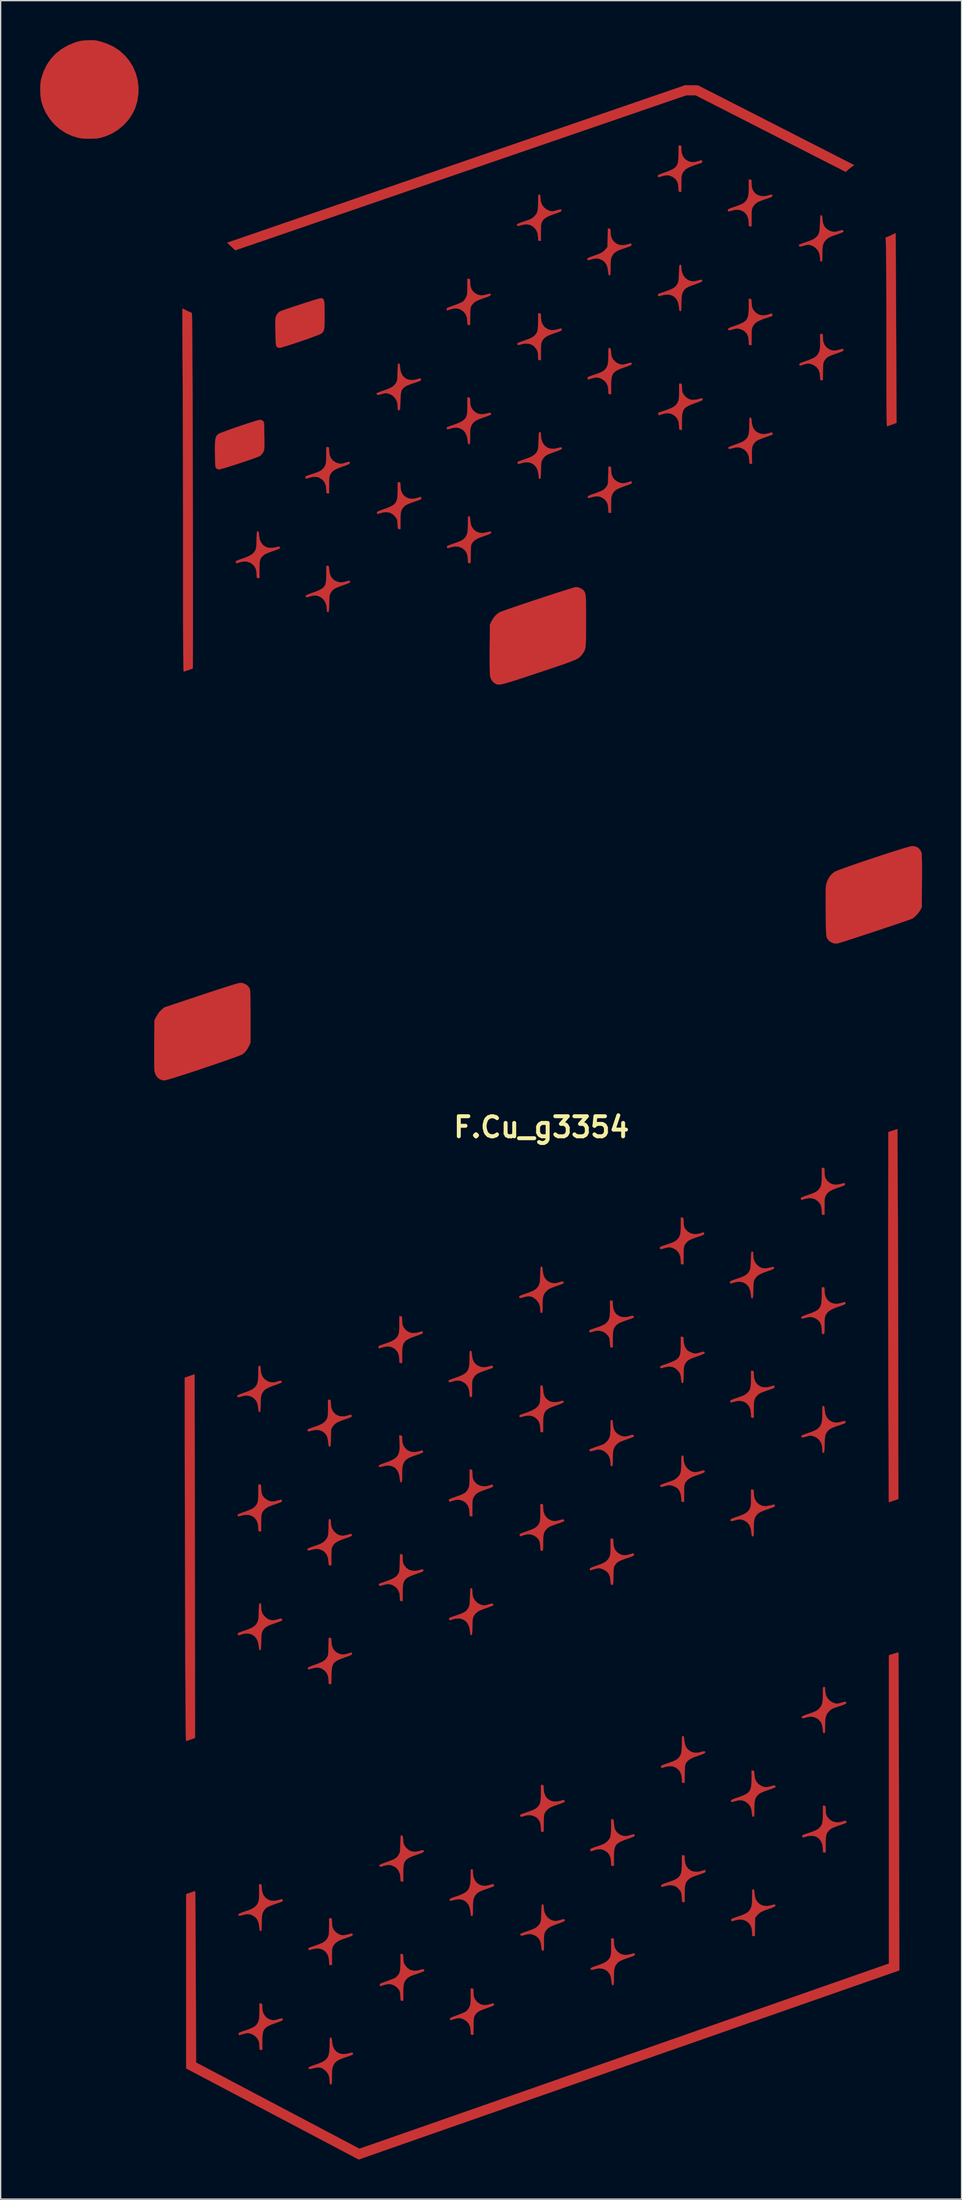
<source format=kicad_pcb>
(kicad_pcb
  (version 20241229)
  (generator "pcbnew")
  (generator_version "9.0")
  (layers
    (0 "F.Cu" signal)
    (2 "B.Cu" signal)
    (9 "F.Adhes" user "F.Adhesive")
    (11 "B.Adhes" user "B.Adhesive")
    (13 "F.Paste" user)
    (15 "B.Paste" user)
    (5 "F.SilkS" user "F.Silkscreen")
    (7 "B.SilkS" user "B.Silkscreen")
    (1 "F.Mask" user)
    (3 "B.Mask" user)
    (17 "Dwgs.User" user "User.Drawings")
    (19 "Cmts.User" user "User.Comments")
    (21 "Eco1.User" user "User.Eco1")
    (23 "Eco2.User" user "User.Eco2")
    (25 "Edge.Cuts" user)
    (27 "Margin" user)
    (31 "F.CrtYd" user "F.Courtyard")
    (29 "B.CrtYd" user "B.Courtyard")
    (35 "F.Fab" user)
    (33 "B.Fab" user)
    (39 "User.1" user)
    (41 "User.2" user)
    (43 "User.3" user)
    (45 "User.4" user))
  (footprint "F.Cu_g3354"
    (layer "F.Cu")
    (at 38.079 82.55)
    (property "Reference" "F.Cu_g3354" (at 0 0 0) (layer "F.SilkS") (effects (font (size 1.524 1.524) (thickness 0.3))))
    (attr through_hole)
    (fp_poly (pts (xy 27.068 5.307) (xy 27.071 5.891) (xy 27.074 6.553) (xy 27.077 7.284) (xy 27.08 8.076) (xy 27.083 8.923) (xy 27.086 9.817) (xy 27.089 10.749) (xy 27.091 11.713) (xy 27.094 12.7) (xy 27.096 13.704) (xy 27.098 14.715) (xy 27.1 15.728) (xy 27.102 16.734) (xy 27.103 17.725) (xy 27.105 18.695) (xy 27.105 19.357) (xy 27.114 28.236) (xy 26.749 28.358) (xy 26.384 28.481) (xy 26.355 20.686) (xy 26.352 19.757) (xy 26.349 18.779) (xy 26.346 17.762) (xy 26.344 16.714) (xy 26.342 15.648) (xy 26.34 14.572) (xy 26.339 13.496) (xy 26.337 12.432) (xy 26.337 11.389) (xy 26.336 10.377) (xy 26.336 9.406) (xy 26.337 8.487) (xy 26.338 7.629) (xy 26.339 6.843) (xy 26.339 6.629) (xy 26.352 0.368) (xy 27.041 0.136) (xy 27.068 5.307)) (stroke (width 0.01) (type solid)) (fill yes) (layer "F.Cu"))
    (fp_poly (pts (xy -34 -82.541) (xy -33.846 -82.525) (xy -33.692 -82.495) (xy -33.51 -82.447) (xy -33.489 -82.442) (xy -32.958 -82.263) (xy -32.49 -82.04) (xy -32.072 -81.766) (xy -31.69 -81.431) (xy -31.659 -81.401) (xy -31.308 -80.986) (xy -31.026 -80.528) (xy -30.814 -80.036) (xy -30.674 -79.518) (xy -30.609 -78.983) (xy -30.619 -78.44) (xy -30.706 -77.897) (xy -30.864 -77.384) (xy -31.087 -76.922) (xy -31.38 -76.491) (xy -31.736 -76.102) (xy -32.144 -75.762) (xy -32.594 -75.478) (xy -33.078 -75.26) (xy -33.569 -75.117) (xy -33.781 -75.086) (xy -34.05 -75.068) (xy -34.347 -75.063) (xy -34.644 -75.07) (xy -34.916 -75.09) (xy -35.133 -75.122) (xy -35.137 -75.123) (xy -35.657 -75.277) (xy -36.145 -75.505) (xy -36.595 -75.801) (xy -36.999 -76.158) (xy -37.35 -76.569) (xy -37.643 -77.029) (xy -37.869 -77.529) (xy -37.977 -77.872) (xy -38.03 -78.145) (xy -38.062 -78.467) (xy -38.074 -78.81) (xy -38.064 -79.147) (xy -38.032 -79.448) (xy -38.001 -79.602) (xy -37.823 -80.161) (xy -37.577 -80.67) (xy -37.265 -81.127) (xy -36.89 -81.528) (xy -36.455 -81.873) (xy -35.96 -82.158) (xy -35.409 -82.382) (xy -35.318 -82.411) (xy -35.122 -82.466) (xy -34.938 -82.503) (xy -34.737 -82.526) (xy -34.489 -82.538) (xy -34.42 -82.541) (xy -34.182 -82.545) (xy -34 -82.541)) (stroke (width 0.01) (type solid)) (fill yes) (layer "F.Cu"))
    (fp_poly (pts (xy 26.905 -67.85) (xy 26.907 -67.727) (xy 26.908 -67.528) (xy 26.91 -67.257) (xy 26.913 -66.919) (xy 26.915 -66.518) (xy 26.918 -66.059) (xy 26.921 -65.545) (xy 26.924 -64.982) (xy 26.927 -64.373) (xy 26.93 -63.723) (xy 26.934 -63.036) (xy 26.937 -62.317) (xy 26.94 -61.57) (xy 26.944 -60.799) (xy 26.944 -60.681) (xy 26.975 -53.481) (xy 26.651 -53.366) (xy 26.491 -53.309) (xy 26.358 -53.261) (xy 26.275 -53.231) (xy 26.266 -53.227) (xy 26.257 -53.232) (xy 26.25 -53.256) (xy 26.243 -53.303) (xy 26.237 -53.376) (xy 26.231 -53.479) (xy 26.227 -53.617) (xy 26.222 -53.792) (xy 26.219 -54.009) (xy 26.215 -54.271) (xy 26.213 -54.583) (xy 26.211 -54.948) (xy 26.209 -55.369) (xy 26.207 -55.852) (xy 26.206 -56.398) (xy 26.205 -57.013) (xy 26.205 -57.7) (xy 26.204 -58.463) (xy 26.204 -59.305) (xy 26.204 -59.615) (xy 26.204 -60.36) (xy 26.204 -61.09) (xy 26.203 -61.801) (xy 26.202 -62.486) (xy 26.2 -63.141) (xy 26.198 -63.761) (xy 26.196 -64.339) (xy 26.194 -64.871) (xy 26.192 -65.351) (xy 26.189 -65.774) (xy 26.186 -66.134) (xy 26.183 -66.426) (xy 26.18 -66.645) (xy 26.177 -66.785) (xy 26.176 -66.795) (xy 26.149 -67.564) (xy 26.293 -67.614) (xy 26.412 -67.662) (xy 26.564 -67.733) (xy 26.666 -67.784) (xy 26.787 -67.846) (xy 26.873 -67.885) (xy 26.904 -67.893) (xy 26.905 -67.85)) (stroke (width 0.01) (type solid)) (fill yes) (layer "F.Cu"))
    (fp_poly (pts (xy -22.626 -10.926) (xy -22.411 -10.821) (xy -22.24 -10.659) (xy -22.143 -10.485) (xy -22.131 -10.409) (xy -22.121 -10.249) (xy -22.112 -10.007) (xy -22.106 -9.685) (xy -22.101 -9.284) (xy -22.099 -8.805) (xy -22.098 -8.39) (xy -22.099 -6.413) (xy -22.203 -6.191) (xy -22.369 -5.893) (xy -22.565 -5.662) (xy -22.703 -5.546) (xy -22.775 -5.51) (xy -22.92 -5.45) (xy -23.128 -5.37) (xy -23.393 -5.273) (xy -23.706 -5.161) (xy -24.059 -5.036) (xy -24.444 -4.903) (xy -24.852 -4.763) (xy -25.276 -4.619) (xy -25.708 -4.474) (xy -26.138 -4.33) (xy -26.56 -4.191) (xy -26.966 -4.058) (xy -27.346 -3.936) (xy -27.693 -3.826) (xy -27.999 -3.731) (xy -28.255 -3.654) (xy -28.454 -3.597) (xy -28.588 -3.564) (xy -28.64 -3.556) (xy -28.789 -3.576) (xy -28.946 -3.626) (xy -28.978 -3.64) (xy -29.167 -3.78) (xy -29.305 -3.982) (xy -29.387 -4.237) (xy -29.401 -4.333) (xy -29.406 -4.431) (xy -29.411 -4.604) (xy -29.414 -4.841) (xy -29.416 -5.13) (xy -29.417 -5.462) (xy -29.417 -5.825) (xy -29.415 -6.209) (xy -29.414 -6.351) (xy -29.401 -8.109) (xy -29.262 -8.39) (xy -29.063 -8.701) (xy -28.892 -8.883) (xy -28.66 -9.095) (xy -25.853 -10.03) (xy -25.21 -10.243) (xy -24.645 -10.429) (xy -24.159 -10.586) (xy -23.751 -10.716) (xy -23.42 -10.819) (xy -23.165 -10.894) (xy -22.987 -10.942) (xy -22.884 -10.963) (xy -22.867 -10.964) (xy -22.626 -10.926)) (stroke (width 0.01) (type solid)) (fill yes) (layer "F.Cu"))
    (fp_poly (pts (xy -26.347 18.81) (xy -26.347 18.934) (xy -26.346 19.136) (xy -26.345 19.413) (xy -26.345 19.763) (xy -26.344 20.182) (xy -26.343 20.666) (xy -26.342 21.213) (xy -26.341 21.82) (xy -26.34 22.483) (xy -26.339 23.199) (xy -26.337 23.966) (xy -26.336 24.779) (xy -26.335 25.636) (xy -26.334 26.534) (xy -26.333 27.47) (xy -26.331 28.44) (xy -26.33 29.441) (xy -26.329 30.47) (xy -26.327 31.524) (xy -26.326 32.575) (xy -26.31 46.376) (xy -26.628 46.49) (xy -26.783 46.544) (xy -26.909 46.585) (xy -26.984 46.605) (xy -26.991 46.606) (xy -26.997 46.578) (xy -27.002 46.492) (xy -27.007 46.345) (xy -27.012 46.137) (xy -27.017 45.866) (xy -27.022 45.531) (xy -27.026 45.128) (xy -27.03 44.658) (xy -27.035 44.118) (xy -27.039 43.507) (xy -27.042 42.823) (xy -27.046 42.064) (xy -27.05 41.23) (xy -27.054 40.317) (xy -27.057 39.325) (xy -27.061 38.252) (xy -27.064 37.096) (xy -27.065 36.862) (xy -27.068 35.896) (xy -27.071 34.919) (xy -27.073 33.936) (xy -27.076 32.953) (xy -27.078 31.977) (xy -27.08 31.013) (xy -27.082 30.068) (xy -27.084 29.147) (xy -27.086 28.258) (xy -27.088 27.405) (xy -27.089 26.596) (xy -27.09 25.836) (xy -27.091 25.131) (xy -27.092 24.488) (xy -27.093 23.912) (xy -27.093 23.41) (xy -27.093 23.066) (xy -27.093 19.018) (xy -26.723 18.889) (xy -26.562 18.834) (xy -26.435 18.792) (xy -26.36 18.769) (xy -26.348 18.767) (xy -26.347 18.81)) (stroke (width 0.01) (type solid)) (fill yes) (layer "F.Cu"))
    (fp_poly (pts (xy -16.695 -62.944) (xy -16.624 -62.925) (xy -16.569 -62.883) (xy -16.528 -62.808) (xy -16.5 -62.692) (xy -16.483 -62.526) (xy -16.473 -62.302) (xy -16.469 -62.009) (xy -16.468 -61.681) (xy -16.469 -61.328) (xy -16.473 -61.048) (xy -16.482 -60.832) (xy -16.499 -60.667) (xy -16.524 -60.543) (xy -16.56 -60.45) (xy -16.609 -60.376) (xy -16.673 -60.31) (xy -16.714 -60.274) (xy -16.783 -60.236) (xy -16.922 -60.177) (xy -17.119 -60.1) (xy -17.363 -60.009) (xy -17.642 -59.907) (xy -17.946 -59.8) (xy -18.263 -59.69) (xy -18.581 -59.582) (xy -18.89 -59.48) (xy -19.179 -59.386) (xy -19.435 -59.306) (xy -19.648 -59.243) (xy -19.807 -59.2) (xy -19.9 -59.182) (xy -19.907 -59.182) (xy -20.025 -59.21) (xy -20.102 -59.26) (xy -20.127 -59.293) (xy -20.147 -59.341) (xy -20.163 -59.416) (xy -20.175 -59.528) (xy -20.186 -59.688) (xy -20.195 -59.907) (xy -20.204 -60.195) (xy -20.208 -60.329) (xy -20.215 -60.62) (xy -20.217 -60.891) (xy -20.216 -61.127) (xy -20.212 -61.315) (xy -20.204 -61.44) (xy -20.199 -61.475) (xy -20.132 -61.651) (xy -20.029 -61.811) (xy -19.91 -61.925) (xy -19.885 -61.94) (xy -19.807 -61.973) (xy -19.662 -62.027) (xy -19.462 -62.098) (xy -19.217 -62.182) (xy -18.939 -62.275) (xy -18.639 -62.375) (xy -18.329 -62.477) (xy -18.018 -62.577) (xy -17.719 -62.673) (xy -17.443 -62.76) (xy -17.201 -62.835) (xy -17.004 -62.893) (xy -16.863 -62.933) (xy -16.79 -62.949) (xy -16.786 -62.949) (xy -16.695 -62.944)) (stroke (width 0.01) (type solid)) (fill yes) (layer "F.Cu"))
    (fp_poly (pts (xy -10.632 23.415) (xy -10.598 23.445) (xy -10.585 23.518) (xy -10.583 23.649) (xy -10.559 23.939) (xy -10.48 24.178) (xy -10.358 24.366) (xy -10.162 24.542) (xy -9.926 24.645) (xy -9.656 24.675) (xy -9.359 24.629) (xy -9.256 24.598) (xy -9.131 24.56) (xy -9.044 24.545) (xy -9.017 24.552) (xy -9.003 24.621) (xy -8.993 24.651) (xy -9.001 24.684) (xy -9.057 24.724) (xy -9.17 24.774) (xy -9.349 24.84) (xy -9.49 24.888) (xy -9.764 24.982) (xy -9.97 25.063) (xy -10.123 25.136) (xy -10.237 25.212) (xy -10.327 25.296) (xy -10.384 25.365) (xy -10.46 25.484) (xy -10.515 25.619) (xy -10.552 25.785) (xy -10.573 25.998) (xy -10.582 26.274) (xy -10.583 26.405) (xy -10.584 26.633) (xy -10.588 26.789) (xy -10.596 26.888) (xy -10.612 26.941) (xy -10.635 26.963) (xy -10.662 26.966) (xy -10.704 26.955) (xy -10.731 26.91) (xy -10.749 26.813) (xy -10.764 26.654) (xy -10.821 26.337) (xy -10.935 26.078) (xy -11.101 25.882) (xy -11.313 25.751) (xy -11.565 25.691) (xy -11.851 25.705) (xy -12.058 25.758) (xy -12.214 25.8) (xy -12.305 25.802) (xy -12.328 25.789) (xy -12.358 25.737) (xy -12.336 25.686) (xy -12.255 25.63) (xy -12.107 25.566) (xy -11.885 25.487) (xy -11.846 25.474) (xy -11.505 25.351) (xy -11.24 25.224) (xy -11.042 25.082) (xy -10.904 24.913) (xy -10.817 24.705) (xy -10.774 24.446) (xy -10.768 24.125) (xy -10.778 23.887) (xy -10.807 23.41) (xy -10.695 23.41) (xy -10.632 23.415)) (stroke (width 0.01) (type solid)) (fill yes) (layer "F.Cu"))
    (fp_poly (pts (xy -21.257 -53.694) (xy -21.161 -53.64) (xy -21.13 -53.613) (xy -21.106 -53.582) (xy -21.088 -53.536) (xy -21.075 -53.464) (xy -21.066 -53.357) (xy -21.06 -53.202) (xy -21.055 -52.991) (xy -21.051 -52.711) (xy -21.049 -52.508) (xy -21.045 -52.182) (xy -21.044 -51.929) (xy -21.045 -51.737) (xy -21.05 -51.595) (xy -21.059 -51.491) (xy -21.074 -51.413) (xy -21.094 -51.35) (xy -21.121 -51.29) (xy -21.133 -51.266) (xy -21.223 -51.13) (xy -21.333 -51.012) (xy -21.375 -50.98) (xy -21.452 -50.942) (xy -21.598 -50.884) (xy -21.8 -50.809) (xy -22.048 -50.72) (xy -22.33 -50.623) (xy -22.634 -50.52) (xy -22.95 -50.415) (xy -23.264 -50.313) (xy -23.566 -50.216) (xy -23.845 -50.129) (xy -24.089 -50.055) (xy -24.286 -49.999) (xy -24.424 -49.964) (xy -24.49 -49.953) (xy -24.633 -49.988) (xy -24.706 -50.042) (xy -24.731 -50.076) (xy -24.751 -50.123) (xy -24.766 -50.192) (xy -24.777 -50.295) (xy -24.785 -50.442) (xy -24.791 -50.645) (xy -24.796 -50.914) (xy -24.799 -51.152) (xy -24.802 -51.519) (xy -24.8 -51.813) (xy -24.791 -52.042) (xy -24.773 -52.219) (xy -24.745 -52.354) (xy -24.704 -52.458) (xy -24.65 -52.54) (xy -24.579 -52.612) (xy -24.552 -52.636) (xy -24.485 -52.672) (xy -24.349 -52.73) (xy -24.154 -52.806) (xy -23.912 -52.895) (xy -23.635 -52.995) (xy -23.333 -53.101) (xy -23.018 -53.21) (xy -22.701 -53.317) (xy -22.392 -53.42) (xy -22.105 -53.513) (xy -21.849 -53.594) (xy -21.635 -53.658) (xy -21.476 -53.701) (xy -21.382 -53.72) (xy -21.372 -53.721) (xy -21.257 -53.694)) (stroke (width 0.01) (type solid)) (fill yes) (layer "F.Cu"))
    (fp_poly (pts (xy 10.576 -74.544) (xy 10.608 -74.518) (xy 10.622 -74.451) (xy 10.626 -74.325) (xy 10.627 -74.263) (xy 10.661 -73.958) (xy 10.762 -73.704) (xy 10.928 -73.503) (xy 11.157 -73.357) (xy 11.185 -73.345) (xy 11.41 -73.287) (xy 11.658 -73.296) (xy 11.917 -73.364) (xy 12.047 -73.406) (xy 12.14 -73.433) (xy 12.173 -73.438) (xy 12.191 -73.394) (xy 12.208 -73.34) (xy 12.213 -73.288) (xy 12.18 -73.248) (xy 12.091 -73.209) (xy 11.991 -73.176) (xy 11.644 -73.063) (xy 11.37 -72.962) (xy 11.156 -72.866) (xy 10.994 -72.769) (xy 10.872 -72.665) (xy 10.779 -72.548) (xy 10.705 -72.411) (xy 10.672 -72.325) (xy 10.65 -72.221) (xy 10.636 -72.083) (xy 10.629 -71.893) (xy 10.627 -71.639) (xy 10.626 -71.035) (xy 10.52 -71.035) (xy 10.463 -71.04) (xy 10.431 -71.067) (xy 10.417 -71.136) (xy 10.414 -71.265) (xy 10.414 -71.312) (xy 10.384 -71.612) (xy 10.294 -71.856) (xy 10.141 -72.047) (xy 9.946 -72.179) (xy 9.749 -72.261) (xy 9.562 -72.29) (xy 9.355 -72.267) (xy 9.183 -72.223) (xy 9.036 -72.18) (xy 8.925 -72.152) (xy 8.871 -72.143) (xy 8.868 -72.144) (xy 8.851 -72.191) (xy 8.841 -72.236) (xy 8.847 -72.271) (xy 8.884 -72.308) (xy 8.965 -72.351) (xy 9.101 -72.407) (xy 9.302 -72.48) (xy 9.389 -72.511) (xy 9.706 -72.628) (xy 9.951 -72.737) (xy 10.131 -72.853) (xy 10.258 -72.987) (xy 10.34 -73.153) (xy 10.387 -73.364) (xy 10.408 -73.633) (xy 10.413 -73.925) (xy 10.414 -74.549) (xy 10.52 -74.549) (xy 10.576 -74.544)) (stroke (width 0.01) (type solid)) (fill yes) (layer "F.Cu"))
    (fp_poly (pts (xy 15.899 -62.902) (xy 15.93 -62.875) (xy 15.949 -62.81) (xy 15.961 -62.687) (xy 15.968 -62.571) (xy 15.985 -62.378) (xy 16.014 -62.24) (xy 16.062 -62.127) (xy 16.101 -62.063) (xy 16.287 -61.851) (xy 16.511 -61.713) (xy 16.767 -61.651) (xy 17.049 -61.666) (xy 17.247 -61.719) (xy 17.378 -61.763) (xy 17.472 -61.791) (xy 17.507 -61.796) (xy 17.525 -61.752) (xy 17.542 -61.698) (xy 17.547 -61.646) (xy 17.514 -61.607) (xy 17.425 -61.567) (xy 17.325 -61.534) (xy 16.978 -61.421) (xy 16.704 -61.32) (xy 16.49 -61.224) (xy 16.328 -61.127) (xy 16.206 -61.024) (xy 16.113 -60.906) (xy 16.039 -60.77) (xy 16.006 -60.683) (xy 15.984 -60.579) (xy 15.97 -60.441) (xy 15.963 -60.252) (xy 15.961 -59.997) (xy 15.96 -59.394) (xy 15.854 -59.394) (xy 15.799 -59.398) (xy 15.767 -59.423) (xy 15.752 -59.488) (xy 15.748 -59.61) (xy 15.748 -59.692) (xy 15.714 -59.989) (xy 15.613 -60.237) (xy 15.449 -60.432) (xy 15.226 -60.569) (xy 15.046 -60.626) (xy 14.914 -60.649) (xy 14.801 -60.65) (xy 14.671 -60.625) (xy 14.538 -60.587) (xy 14.367 -60.539) (xy 14.26 -60.522) (xy 14.203 -60.537) (xy 14.183 -60.586) (xy 14.182 -60.613) (xy 14.203 -60.651) (xy 14.272 -60.696) (xy 14.4 -60.752) (xy 14.595 -60.824) (xy 14.727 -60.869) (xy 15.045 -60.983) (xy 15.29 -61.092) (xy 15.47 -61.211) (xy 15.597 -61.351) (xy 15.678 -61.526) (xy 15.724 -61.749) (xy 15.744 -62.034) (xy 15.747 -62.283) (xy 15.748 -62.907) (xy 15.848 -62.907) (xy 15.899 -62.902)) (stroke (width 0.01) (type solid)) (fill yes) (layer "F.Cu"))
    (fp_poly (pts (xy 5.205 -68.235) (xy 5.236 -68.203) (xy 5.247 -68.124) (xy 5.249 -68.003) (xy 5.274 -67.713) (xy 5.352 -67.474) (xy 5.475 -67.286) (xy 5.671 -67.11) (xy 5.907 -67.007) (xy 6.177 -66.977) (xy 6.474 -67.022) (xy 6.576 -67.054) (xy 6.702 -67.092) (xy 6.789 -67.107) (xy 6.816 -67.1) (xy 6.83 -67.03) (xy 6.84 -67) (xy 6.831 -66.967) (xy 6.776 -66.928) (xy 6.663 -66.878) (xy 6.484 -66.812) (xy 6.342 -66.764) (xy 6.069 -66.669) (xy 5.862 -66.589) (xy 5.71 -66.515) (xy 5.596 -66.44) (xy 5.507 -66.356) (xy 5.451 -66.287) (xy 5.374 -66.171) (xy 5.319 -66.049) (xy 5.282 -65.904) (xy 5.261 -65.721) (xy 5.251 -65.482) (xy 5.249 -65.272) (xy 5.249 -65.038) (xy 5.245 -64.876) (xy 5.237 -64.773) (xy 5.223 -64.715) (xy 5.201 -64.69) (xy 5.171 -64.685) (xy 5.129 -64.697) (xy 5.102 -64.742) (xy 5.082 -64.839) (xy 5.066 -65.004) (xy 5.066 -65.004) (xy 5.015 -65.31) (xy 4.916 -65.552) (xy 4.765 -65.739) (xy 4.555 -65.879) (xy 4.551 -65.881) (xy 4.353 -65.956) (xy 4.155 -65.974) (xy 3.931 -65.938) (xy 3.833 -65.91) (xy 3.648 -65.861) (xy 3.537 -65.851) (xy 3.503 -65.865) (xy 3.474 -65.916) (xy 3.497 -65.967) (xy 3.579 -66.022) (xy 3.729 -66.087) (xy 3.952 -66.166) (xy 3.991 -66.179) (xy 4.261 -66.273) (xy 4.466 -66.357) (xy 4.622 -66.443) (xy 4.747 -66.54) (xy 4.859 -66.657) (xy 4.886 -66.689) (xy 5.016 -66.852) (xy 5.043 -68.241) (xy 5.146 -68.241) (xy 5.205 -68.235)) (stroke (width 0.01) (type solid)) (fill yes) (layer "F.Cu"))
    (fp_poly (pts (xy 10.608 -56.468) (xy 10.64 -56.442) (xy 10.658 -56.377) (xy 10.668 -56.257) (xy 10.674 -56.137) (xy 10.687 -55.955) (xy 10.709 -55.828) (xy 10.751 -55.725) (xy 10.818 -55.619) (xy 11.009 -55.411) (xy 11.233 -55.28) (xy 11.489 -55.227) (xy 11.777 -55.253) (xy 11.91 -55.288) (xy 12.054 -55.33) (xy 12.161 -55.358) (xy 12.212 -55.365) (xy 12.213 -55.364) (xy 12.231 -55.317) (xy 12.241 -55.272) (xy 12.235 -55.237) (xy 12.198 -55.2) (xy 12.117 -55.157) (xy 11.981 -55.101) (xy 11.78 -55.028) (xy 11.693 -54.997) (xy 11.376 -54.88) (xy 11.131 -54.771) (xy 10.951 -54.655) (xy 10.824 -54.521) (xy 10.742 -54.355) (xy 10.695 -54.144) (xy 10.674 -53.875) (xy 10.669 -53.583) (xy 10.668 -52.959) (xy 10.562 -52.959) (xy 10.505 -52.964) (xy 10.474 -52.991) (xy 10.46 -53.059) (xy 10.456 -53.188) (xy 10.456 -53.236) (xy 10.423 -53.543) (xy 10.324 -53.798) (xy 10.158 -54) (xy 9.927 -54.149) (xy 9.927 -54.149) (xy 9.697 -54.217) (xy 9.443 -54.214) (xy 9.165 -54.144) (xy 9.035 -54.102) (xy 8.942 -54.075) (xy 8.909 -54.07) (xy 8.891 -54.114) (xy 8.874 -54.168) (xy 8.869 -54.22) (xy 8.902 -54.26) (xy 8.991 -54.299) (xy 9.091 -54.332) (xy 9.438 -54.445) (xy 9.712 -54.546) (xy 9.926 -54.642) (xy 10.088 -54.739) (xy 10.21 -54.843) (xy 10.303 -54.96) (xy 10.377 -55.097) (xy 10.41 -55.183) (xy 10.432 -55.287) (xy 10.446 -55.425) (xy 10.453 -55.615) (xy 10.455 -55.869) (xy 10.456 -56.473) (xy 10.558 -56.473) (xy 10.608 -56.468)) (stroke (width 0.01) (type solid)) (fill yes) (layer "F.Cu"))
    (fp_poly (pts (xy 16.113 48.858) (xy 16.145 48.886) (xy 16.163 48.955) (xy 16.173 49.082) (xy 16.178 49.164) (xy 16.221 49.458) (xy 16.32 49.694) (xy 16.481 49.879) (xy 16.677 50.006) (xy 16.855 50.083) (xy 17.016 50.116) (xy 17.19 50.105) (xy 17.404 50.053) (xy 17.447 50.04) (xy 17.612 49.996) (xy 17.713 49.991) (xy 17.765 50.027) (xy 17.779 50.103) (xy 17.742 50.131) (xy 17.638 50.179) (xy 17.483 50.24) (xy 17.291 50.307) (xy 17.24 50.324) (xy 16.959 50.422) (xy 16.747 50.508) (xy 16.589 50.591) (xy 16.47 50.678) (xy 16.378 50.778) (xy 16.345 50.824) (xy 16.278 50.936) (xy 16.23 51.058) (xy 16.198 51.205) (xy 16.18 51.395) (xy 16.172 51.644) (xy 16.171 51.805) (xy 16.17 52.033) (xy 16.167 52.189) (xy 16.158 52.287) (xy 16.143 52.341) (xy 16.119 52.363) (xy 16.093 52.366) (xy 16.05 52.354) (xy 16.022 52.306) (xy 16.001 52.206) (xy 15.986 52.064) (xy 15.948 51.808) (xy 15.881 51.611) (xy 15.774 51.448) (xy 15.662 51.333) (xy 15.451 51.184) (xy 15.224 51.112) (xy 14.972 51.115) (xy 14.712 51.18) (xy 14.552 51.229) (xy 14.454 51.24) (xy 14.406 51.211) (xy 14.393 51.147) (xy 14.414 51.109) (xy 14.484 51.064) (xy 14.612 51.008) (xy 14.807 50.936) (xy 14.939 50.891) (xy 15.257 50.777) (xy 15.501 50.668) (xy 15.682 50.549) (xy 15.808 50.409) (xy 15.89 50.234) (xy 15.935 50.011) (xy 15.955 49.726) (xy 15.959 49.477) (xy 15.96 48.853) (xy 16.061 48.853) (xy 16.113 48.858)) (stroke (width 0.01) (type solid)) (fill yes) (layer "F.Cu"))
    (fp_poly (pts (xy -15.969 60.075) (xy -15.937 60.099) (xy -15.922 60.162) (xy -15.918 60.28) (xy -15.917 60.382) (xy -15.892 60.667) (xy -15.812 60.896) (xy -15.671 61.082) (xy -15.528 61.197) (xy -15.384 61.285) (xy -15.249 61.339) (xy -15.105 61.36) (xy -14.936 61.348) (xy -14.722 61.305) (xy -14.452 61.233) (xy -14.375 61.233) (xy -14.34 61.294) (xy -14.336 61.331) (xy -14.353 61.365) (xy -14.4 61.4) (xy -14.488 61.442) (xy -14.626 61.495) (xy -14.825 61.564) (xy -15.093 61.653) (xy -15.384 61.771) (xy -15.603 61.911) (xy -15.761 62.083) (xy -15.829 62.201) (xy -15.864 62.284) (xy -15.889 62.372) (xy -15.905 62.484) (xy -15.913 62.635) (xy -15.917 62.844) (xy -15.917 63.005) (xy -15.917 63.627) (xy -16.023 63.627) (xy -16.08 63.622) (xy -16.112 63.595) (xy -16.126 63.527) (xy -16.129 63.398) (xy -16.129 63.35) (xy -16.164 63.045) (xy -16.264 62.789) (xy -16.42 62.588) (xy -16.627 62.447) (xy -16.875 62.373) (xy -17.157 62.372) (xy -17.382 62.42) (xy -17.536 62.464) (xy -17.628 62.479) (xy -17.677 62.464) (xy -17.702 62.42) (xy -17.706 62.406) (xy -17.704 62.368) (xy -17.667 62.331) (xy -17.582 62.289) (xy -17.437 62.236) (xy -17.298 62.189) (xy -16.985 62.082) (xy -16.742 61.985) (xy -16.558 61.89) (xy -16.42 61.79) (xy -16.316 61.676) (xy -16.234 61.542) (xy -16.209 61.489) (xy -16.177 61.405) (xy -16.155 61.305) (xy -16.14 61.172) (xy -16.133 60.989) (xy -16.13 60.741) (xy -16.13 60.695) (xy -16.129 60.071) (xy -16.023 60.071) (xy -15.969 60.075)) (stroke (width 0.01) (type solid)) (fill yes) (layer "F.Cu"))
    (fp_poly (pts (xy 21.453 3.094) (xy 21.485 3.118) (xy 21.5 3.179) (xy 21.505 3.295) (xy 21.505 3.41) (xy 21.519 3.659) (xy 21.561 3.836) (xy 21.574 3.865) (xy 21.732 4.095) (xy 21.937 4.257) (xy 22.18 4.348) (xy 22.454 4.364) (xy 22.753 4.304) (xy 22.769 4.299) (xy 22.924 4.257) (xy 23.016 4.255) (xy 23.039 4.268) (xy 23.07 4.331) (xy 23.03 4.392) (xy 22.916 4.456) (xy 22.728 4.525) (xy 22.406 4.632) (xy 22.156 4.729) (xy 21.964 4.821) (xy 21.819 4.917) (xy 21.71 5.023) (xy 21.623 5.146) (xy 21.588 5.212) (xy 21.555 5.287) (xy 21.532 5.373) (xy 21.517 5.487) (xy 21.509 5.644) (xy 21.506 5.86) (xy 21.505 6.01) (xy 21.505 6.646) (xy 21.399 6.646) (xy 21.34 6.641) (xy 21.308 6.61) (xy 21.296 6.534) (xy 21.293 6.403) (xy 21.273 6.125) (xy 21.21 5.903) (xy 21.096 5.717) (xy 21.069 5.686) (xy 20.862 5.509) (xy 20.619 5.407) (xy 20.344 5.382) (xy 20.042 5.435) (xy 19.967 5.459) (xy 19.841 5.497) (xy 19.754 5.512) (xy 19.727 5.505) (xy 19.713 5.435) (xy 19.703 5.405) (xy 19.712 5.372) (xy 19.767 5.333) (xy 19.88 5.283) (xy 20.059 5.217) (xy 20.201 5.169) (xy 20.474 5.074) (xy 20.681 4.994) (xy 20.833 4.92) (xy 20.947 4.845) (xy 21.036 4.761) (xy 21.092 4.692) (xy 21.169 4.576) (xy 21.224 4.454) (xy 21.261 4.309) (xy 21.282 4.126) (xy 21.292 3.887) (xy 21.294 3.677) (xy 21.294 3.09) (xy 21.399 3.09) (xy 21.453 3.094)) (stroke (width 0.01) (type solid)) (fill yes) (layer "F.Cu"))
    (fp_poly (pts (xy 0.011 19.608) (xy 0.059 19.622) (xy 0.089 19.658) (xy 0.109 19.736) (xy 0.123 19.871) (xy 0.129 19.96) (xy 0.166 20.237) (xy 0.239 20.45) (xy 0.358 20.617) (xy 0.534 20.754) (xy 0.635 20.81) (xy 0.814 20.866) (xy 1.036 20.882) (xy 1.271 20.856) (xy 1.436 20.811) (xy 1.581 20.773) (xy 1.667 20.785) (xy 1.691 20.845) (xy 1.681 20.884) (xy 1.634 20.92) (xy 1.521 20.974) (xy 1.359 21.04) (xy 1.163 21.11) (xy 1.121 21.125) (xy 0.811 21.235) (xy 0.573 21.343) (xy 0.397 21.461) (xy 0.274 21.602) (xy 0.195 21.78) (xy 0.15 22.007) (xy 0.131 22.296) (xy 0.128 22.532) (xy 0.127 23.156) (xy 0.021 23.156) (xy -0.038 23.151) (xy -0.07 23.12) (xy -0.083 23.044) (xy -0.085 22.913) (xy -0.105 22.635) (xy -0.169 22.413) (xy -0.282 22.227) (xy -0.309 22.196) (xy -0.511 22.02) (xy -0.744 21.919) (xy -1.011 21.895) (xy -1.316 21.944) (xy -1.393 21.967) (xy -1.525 22.003) (xy -1.618 22.019) (xy -1.651 22.012) (xy -1.665 21.945) (xy -1.673 21.92) (xy -1.658 21.879) (xy -1.576 21.831) (xy -1.419 21.774) (xy -1.388 21.763) (xy -1.015 21.636) (xy -0.719 21.512) (xy -0.491 21.386) (xy -0.323 21.253) (xy -0.207 21.108) (xy -0.135 20.944) (xy -0.13 20.926) (xy -0.113 20.824) (xy -0.099 20.658) (xy -0.09 20.45) (xy -0.085 20.222) (xy -0.085 20.179) (xy -0.084 19.947) (xy -0.082 19.787) (xy -0.075 19.685) (xy -0.061 19.63) (xy -0.039 19.607) (xy -0.006 19.606) (xy 0.011 19.608)) (stroke (width 0.01) (type solid)) (fill yes) (layer "F.Cu"))
    (fp_poly (pts (xy 10.788 46.239) (xy 10.816 46.285) (xy 10.834 46.381) (xy 10.849 46.541) (xy 10.897 46.845) (xy 10.994 47.086) (xy 11.146 47.274) (xy 11.358 47.419) (xy 11.364 47.422) (xy 11.598 47.496) (xy 11.867 47.5) (xy 12.143 47.437) (xy 12.299 47.394) (xy 12.39 47.393) (xy 12.413 47.406) (xy 12.444 47.46) (xy 12.418 47.513) (xy 12.33 47.57) (xy 12.173 47.636) (xy 11.975 47.704) (xy 11.663 47.812) (xy 11.423 47.914) (xy 11.242 48.016) (xy 11.108 48.124) (xy 11.019 48.23) (xy 10.975 48.296) (xy 10.943 48.358) (xy 10.922 48.432) (xy 10.907 48.531) (xy 10.898 48.672) (xy 10.892 48.87) (xy 10.887 49.092) (xy 10.874 49.784) (xy 10.771 49.784) (xy 10.713 49.778) (xy 10.682 49.745) (xy 10.67 49.666) (xy 10.668 49.545) (xy 10.643 49.255) (xy 10.565 49.016) (xy 10.443 48.828) (xy 10.246 48.653) (xy 10.01 48.549) (xy 9.741 48.52) (xy 9.444 48.565) (xy 9.341 48.596) (xy 9.215 48.634) (xy 9.129 48.65) (xy 9.102 48.642) (xy 9.088 48.573) (xy 9.078 48.543) (xy 9.086 48.51) (xy 9.142 48.471) (xy 9.254 48.42) (xy 9.433 48.355) (xy 9.575 48.307) (xy 9.849 48.212) (xy 10.055 48.132) (xy 10.208 48.058) (xy 10.322 47.983) (xy 10.412 47.899) (xy 10.468 47.83) (xy 10.545 47.71) (xy 10.6 47.575) (xy 10.637 47.409) (xy 10.658 47.196) (xy 10.667 46.921) (xy 10.668 46.789) (xy 10.669 46.561) (xy 10.673 46.405) (xy 10.681 46.307) (xy 10.696 46.253) (xy 10.72 46.232) (xy 10.747 46.228) (xy 10.788 46.239)) (stroke (width 0.01) (type solid)) (fill yes) (layer "F.Cu"))
    (fp_poly (pts (xy 21.456 12.154) (xy 21.487 12.181) (xy 21.502 12.248) (xy 21.506 12.374) (xy 21.506 12.435) (xy 21.542 12.739) (xy 21.642 12.993) (xy 21.798 13.192) (xy 22.004 13.33) (xy 22.251 13.403) (xy 22.532 13.404) (xy 22.817 13.337) (xy 22.943 13.295) (xy 23.029 13.269) (xy 23.055 13.264) (xy 23.071 13.305) (xy 23.087 13.357) (xy 23.091 13.393) (xy 23.069 13.427) (xy 23.01 13.464) (xy 22.902 13.51) (xy 22.734 13.571) (xy 22.56 13.631) (xy 22.25 13.745) (xy 22.012 13.855) (xy 21.834 13.968) (xy 21.703 14.094) (xy 21.608 14.239) (xy 21.585 14.285) (xy 21.553 14.37) (xy 21.531 14.471) (xy 21.517 14.604) (xy 21.509 14.787) (xy 21.506 15.035) (xy 21.506 15.081) (xy 21.505 15.324) (xy 21.502 15.494) (xy 21.494 15.605) (xy 21.481 15.668) (xy 21.461 15.698) (xy 21.432 15.706) (xy 21.428 15.706) (xy 21.347 15.692) (xy 21.322 15.677) (xy 21.307 15.623) (xy 21.297 15.51) (xy 21.294 15.38) (xy 21.264 15.081) (xy 21.172 14.839) (xy 21.015 14.647) (xy 20.821 14.517) (xy 20.603 14.432) (xy 20.386 14.411) (xy 20.145 14.451) (xy 20.067 14.474) (xy 19.886 14.521) (xy 19.774 14.525) (xy 19.73 14.485) (xy 19.74 14.422) (xy 19.787 14.386) (xy 19.899 14.332) (xy 20.06 14.266) (xy 20.254 14.197) (xy 20.287 14.186) (xy 20.601 14.074) (xy 20.842 13.964) (xy 21.021 13.844) (xy 21.145 13.701) (xy 21.226 13.521) (xy 21.271 13.291) (xy 21.29 12.999) (xy 21.293 12.774) (xy 21.294 12.15) (xy 21.399 12.15) (xy 21.456 12.154)) (stroke (width 0.01) (type solid)) (fill yes) (layer "F.Cu"))
    (fp_poly (pts (xy -21.26 66.552) (xy -21.228 66.578) (xy -21.213 66.642) (xy -21.209 66.764) (xy -21.209 66.846) (xy -21.175 67.135) (xy -21.076 67.385) (xy -20.921 67.585) (xy -20.714 67.726) (xy -20.586 67.773) (xy -20.443 67.806) (xy -20.319 67.813) (xy -20.182 67.793) (xy -20.002 67.743) (xy -19.978 67.735) (xy -19.812 67.689) (xy -19.711 67.675) (xy -19.659 67.696) (xy -19.643 67.754) (xy -19.643 67.768) (xy -19.664 67.806) (xy -19.733 67.85) (xy -19.861 67.906) (xy -20.056 67.978) (xy -20.188 68.023) (xy -20.506 68.137) (xy -20.751 68.247) (xy -20.931 68.365) (xy -21.058 68.505) (xy -21.139 68.68) (xy -21.185 68.904) (xy -21.205 69.188) (xy -21.208 69.437) (xy -21.209 70.062) (xy -21.315 70.062) (xy -21.375 70.056) (xy -21.407 70.025) (xy -21.419 69.948) (xy -21.421 69.823) (xy -21.431 69.651) (xy -21.456 69.481) (xy -21.473 69.41) (xy -21.575 69.205) (xy -21.74 69.026) (xy -21.947 68.889) (xy -22.176 68.807) (xy -22.321 68.792) (xy -22.418 68.804) (xy -22.561 68.837) (xy -22.696 68.875) (xy -22.832 68.915) (xy -22.93 68.942) (xy -22.969 68.949) (xy -22.986 68.906) (xy -23.003 68.854) (xy -23.007 68.817) (xy -22.985 68.783) (xy -22.926 68.747) (xy -22.819 68.703) (xy -22.65 68.643) (xy -22.489 68.59) (xy -22.209 68.492) (xy -21.996 68.406) (xy -21.838 68.323) (xy -21.72 68.236) (xy -21.627 68.136) (xy -21.594 68.091) (xy -21.527 67.978) (xy -21.479 67.857) (xy -21.448 67.709) (xy -21.429 67.519) (xy -21.422 67.271) (xy -21.421 67.109) (xy -21.421 66.548) (xy -21.315 66.548) (xy -21.26 66.552)) (stroke (width 0.01) (type solid)) (fill yes) (layer "F.Cu"))
    (fp_poly (pts (xy -15.966 69.141) (xy -15.939 69.185) (xy -15.922 69.28) (xy -15.909 69.441) (xy -15.855 69.754) (xy -15.742 70.009) (xy -15.574 70.202) (xy -15.36 70.33) (xy -15.103 70.388) (xy -14.811 70.372) (xy -14.618 70.324) (xy -14.462 70.281) (xy -14.368 70.274) (xy -14.322 70.309) (xy -14.309 70.388) (xy -14.309 70.4) (xy -14.347 70.426) (xy -14.45 70.471) (xy -14.604 70.531) (xy -14.795 70.598) (xy -14.836 70.611) (xy -15.118 70.71) (xy -15.331 70.797) (xy -15.491 70.88) (xy -15.609 70.968) (xy -15.701 71.067) (xy -15.736 71.116) (xy -15.806 71.235) (xy -15.856 71.364) (xy -15.889 71.519) (xy -15.908 71.716) (xy -15.916 71.973) (xy -15.917 72.125) (xy -15.918 72.353) (xy -15.921 72.508) (xy -15.93 72.606) (xy -15.945 72.66) (xy -15.968 72.682) (xy -16.002 72.686) (xy -16.053 72.675) (xy -16.078 72.628) (xy -16.086 72.525) (xy -16.087 72.472) (xy -16.107 72.189) (xy -16.174 71.96) (xy -16.295 71.764) (xy -16.382 71.667) (xy -16.579 71.504) (xy -16.78 71.415) (xy -17.001 71.395) (xy -17.26 71.44) (xy -17.32 71.457) (xy -17.512 71.508) (xy -17.629 71.519) (xy -17.664 71.507) (xy -17.693 71.456) (xy -17.669 71.404) (xy -17.586 71.348) (xy -17.435 71.283) (xy -17.21 71.204) (xy -17.18 71.194) (xy -16.852 71.078) (xy -16.596 70.961) (xy -16.403 70.833) (xy -16.266 70.679) (xy -16.174 70.489) (xy -16.119 70.25) (xy -16.094 69.95) (xy -16.088 69.649) (xy -16.086 69.431) (xy -16.082 69.285) (xy -16.072 69.195) (xy -16.055 69.149) (xy -16.028 69.132) (xy -16.008 69.13) (xy -15.966 69.141)) (stroke (width 0.01) (type solid)) (fill yes) (layer "F.Cu"))
    (fp_poly (pts (xy -10.76 -48.975) (xy -10.728 -48.949) (xy -10.714 -48.882) (xy -10.71 -48.755) (xy -10.709 -48.694) (xy -10.674 -48.389) (xy -10.574 -48.135) (xy -10.418 -47.936) (xy -10.213 -47.798) (xy -9.967 -47.727) (xy -9.688 -47.727) (xy -9.411 -47.794) (xy -9.283 -47.837) (xy -9.193 -47.863) (xy -9.163 -47.868) (xy -9.145 -47.825) (xy -9.128 -47.773) (xy -9.125 -47.732) (xy -9.15 -47.697) (xy -9.217 -47.658) (xy -9.339 -47.61) (xy -9.528 -47.545) (xy -9.536 -47.543) (xy -9.81 -47.449) (xy -10.016 -47.373) (xy -10.169 -47.309) (xy -10.281 -47.251) (xy -10.367 -47.191) (xy -10.431 -47.133) (xy -10.531 -47.021) (xy -10.605 -46.906) (xy -10.656 -46.77) (xy -10.687 -46.6) (xy -10.704 -46.379) (xy -10.709 -46.091) (xy -10.709 -46.048) (xy -10.71 -45.424) (xy -10.812 -45.424) (xy -10.861 -45.428) (xy -10.892 -45.453) (xy -10.911 -45.514) (xy -10.921 -45.629) (xy -10.928 -45.78) (xy -10.939 -45.965) (xy -10.959 -46.094) (xy -10.994 -46.193) (xy -11.053 -46.292) (xy -11.072 -46.319) (xy -11.263 -46.528) (xy -11.487 -46.659) (xy -11.743 -46.711) (xy -12.031 -46.686) (xy -12.164 -46.651) (xy -12.308 -46.609) (xy -12.415 -46.581) (xy -12.466 -46.574) (xy -12.467 -46.574) (xy -12.485 -46.622) (xy -12.495 -46.666) (xy -12.489 -46.702) (xy -12.452 -46.739) (xy -12.371 -46.782) (xy -12.235 -46.838) (xy -12.034 -46.911) (xy -11.947 -46.942) (xy -11.63 -47.058) (xy -11.385 -47.168) (xy -11.205 -47.283) (xy -11.078 -47.418) (xy -10.996 -47.584) (xy -10.949 -47.795) (xy -10.928 -48.063) (xy -10.923 -48.355) (xy -10.922 -48.98) (xy -10.816 -48.98) (xy -10.76 -48.975)) (stroke (width 0.01) (type solid)) (fill yes) (layer "F.Cu"))
    (fp_poly (pts (xy -10.591 32.432) (xy -10.56 32.457) (xy -10.546 32.521) (xy -10.541 32.642) (xy -10.541 32.738) (xy -10.533 32.936) (xy -10.506 33.084) (xy -10.452 33.218) (xy -10.443 33.236) (xy -10.286 33.448) (xy -10.08 33.597) (xy -9.833 33.677) (xy -9.555 33.687) (xy -9.302 33.639) (xy -9.144 33.594) (xy -9.049 33.576) (xy -8.998 33.584) (xy -8.973 33.619) (xy -8.964 33.649) (xy -8.965 33.684) (xy -8.997 33.719) (xy -9.069 33.759) (xy -9.194 33.81) (xy -9.382 33.878) (xy -9.508 33.922) (xy -9.827 34.036) (xy -10.073 34.143) (xy -10.255 34.256) (xy -10.383 34.386) (xy -10.466 34.548) (xy -10.514 34.754) (xy -10.536 35.017) (xy -10.541 35.341) (xy -10.541 35.983) (xy -10.647 35.983) (xy -10.703 35.979) (xy -10.735 35.952) (xy -10.749 35.885) (xy -10.753 35.759) (xy -10.754 35.698) (xy -10.78 35.418) (xy -10.861 35.189) (xy -11.006 34.99) (xy -11.08 34.919) (xy -11.297 34.774) (xy -11.463 34.719) (xy -11.564 34.701) (xy -11.657 34.695) (xy -11.76 34.705) (xy -11.893 34.733) (xy -12.076 34.781) (xy -12.218 34.822) (xy -12.302 34.819) (xy -12.335 34.774) (xy -12.35 34.703) (xy -12.343 34.681) (xy -12.298 34.661) (xy -12.188 34.619) (xy -12.028 34.561) (xy -11.835 34.492) (xy -11.781 34.474) (xy -11.49 34.366) (xy -11.267 34.267) (xy -11.102 34.167) (xy -10.979 34.058) (xy -10.887 33.932) (xy -10.861 33.886) (xy -10.827 33.808) (xy -10.801 33.721) (xy -10.784 33.606) (xy -10.772 33.449) (xy -10.764 33.232) (xy -10.76 33.073) (xy -10.747 32.427) (xy -10.644 32.427) (xy -10.591 32.432)) (stroke (width 0.01) (type solid)) (fill yes) (layer "F.Cu"))
    (fp_poly (pts (xy -5.243 56.356) (xy -5.218 56.398) (xy -5.208 56.494) (xy -5.207 56.584) (xy -5.173 56.9) (xy -5.075 57.164) (xy -4.922 57.372) (xy -4.719 57.518) (xy -4.473 57.597) (xy -4.193 57.604) (xy -3.885 57.535) (xy -3.883 57.534) (xy -3.749 57.491) (xy -3.673 57.478) (xy -3.636 57.493) (xy -3.623 57.517) (xy -3.601 57.594) (xy -3.598 57.616) (xy -3.636 57.641) (xy -3.74 57.687) (xy -3.894 57.746) (xy -4.084 57.813) (xy -4.125 57.827) (xy -4.407 57.925) (xy -4.621 58.012) (xy -4.78 58.096) (xy -4.899 58.183) (xy -4.991 58.283) (xy -5.026 58.331) (xy -5.096 58.451) (xy -5.146 58.579) (xy -5.179 58.734) (xy -5.198 58.932) (xy -5.206 59.189) (xy -5.207 59.341) (xy -5.208 59.568) (xy -5.212 59.725) (xy -5.22 59.823) (xy -5.235 59.876) (xy -5.259 59.898) (xy -5.286 59.902) (xy -5.327 59.89) (xy -5.355 59.845) (xy -5.373 59.748) (xy -5.388 59.59) (xy -5.445 59.272) (xy -5.559 59.014) (xy -5.726 58.817) (xy -5.938 58.687) (xy -6.191 58.627) (xy -6.479 58.642) (xy -6.691 58.696) (xy -6.843 58.737) (xy -6.932 58.736) (xy -6.952 58.724) (xy -6.983 58.67) (xy -6.957 58.617) (xy -6.869 58.559) (xy -6.712 58.493) (xy -6.514 58.426) (xy -6.178 58.308) (xy -5.914 58.191) (xy -5.714 58.063) (xy -5.569 57.911) (xy -5.472 57.723) (xy -5.413 57.488) (xy -5.384 57.194) (xy -5.376 56.827) (xy -5.376 56.827) (xy -5.375 56.619) (xy -5.371 56.482) (xy -5.36 56.4) (xy -5.341 56.36) (xy -5.311 56.347) (xy -5.292 56.346) (xy -5.243 56.356)) (stroke (width 0.01) (type solid)) (fill yes) (layer "F.Cu"))
    (fp_poly (pts (xy 15.908 -71.963) (xy 15.94 -71.938) (xy 15.955 -71.876) (xy 15.959 -71.757) (xy 15.96 -71.656) (xy 15.987 -71.365) (xy 16.073 -71.13) (xy 16.221 -70.939) (xy 16.333 -70.848) (xy 16.548 -70.744) (xy 16.801 -70.7) (xy 17.067 -70.717) (xy 17.213 -70.755) (xy 17.367 -70.804) (xy 17.46 -70.819) (xy 17.51 -70.8) (xy 17.536 -70.747) (xy 17.538 -70.741) (xy 17.538 -70.702) (xy 17.509 -70.667) (xy 17.438 -70.628) (xy 17.312 -70.579) (xy 17.119 -70.513) (xy 17.088 -70.502) (xy 16.813 -70.408) (xy 16.605 -70.329) (xy 16.451 -70.258) (xy 16.335 -70.188) (xy 16.243 -70.112) (xy 16.208 -70.076) (xy 16.117 -69.971) (xy 16.052 -69.871) (xy 16.007 -69.758) (xy 15.98 -69.617) (xy 15.965 -69.432) (xy 15.96 -69.186) (xy 15.96 -69.048) (xy 15.96 -68.411) (xy 15.854 -68.411) (xy 15.797 -68.415) (xy 15.765 -68.443) (xy 15.751 -68.511) (xy 15.748 -68.64) (xy 15.748 -68.687) (xy 15.713 -68.993) (xy 15.615 -69.249) (xy 15.459 -69.45) (xy 15.254 -69.59) (xy 15.007 -69.664) (xy 14.726 -69.668) (xy 14.421 -69.598) (xy 14.295 -69.56) (xy 14.209 -69.545) (xy 14.182 -69.552) (xy 14.168 -69.622) (xy 14.158 -69.652) (xy 14.166 -69.685) (xy 14.222 -69.724) (xy 14.334 -69.774) (xy 14.513 -69.84) (xy 14.655 -69.888) (xy 14.929 -69.983) (xy 15.135 -70.063) (xy 15.288 -70.137) (xy 15.401 -70.212) (xy 15.49 -70.296) (xy 15.547 -70.365) (xy 15.623 -70.481) (xy 15.678 -70.603) (xy 15.715 -70.748) (xy 15.737 -70.931) (xy 15.746 -71.17) (xy 15.748 -71.38) (xy 15.748 -71.967) (xy 15.854 -71.967) (xy 15.908 -71.963)) (stroke (width 0.01) (type solid)) (fill yes) (layer "F.Cu"))
    (fp_poly (pts (xy 16.078 18.504) (xy 16.11 18.529) (xy 16.125 18.594) (xy 16.129 18.716) (xy 16.129 18.798) (xy 16.164 19.097) (xy 16.264 19.347) (xy 16.421 19.544) (xy 16.626 19.681) (xy 16.872 19.753) (xy 17.149 19.753) (xy 17.423 19.687) (xy 17.658 19.605) (xy 17.692 19.698) (xy 17.702 19.742) (xy 17.686 19.778) (xy 17.63 19.814) (xy 17.522 19.86) (xy 17.348 19.922) (xy 17.319 19.932) (xy 17.053 20.025) (xy 16.854 20.097) (xy 16.708 20.154) (xy 16.603 20.202) (xy 16.526 20.247) (xy 16.463 20.296) (xy 16.401 20.355) (xy 16.389 20.366) (xy 16.295 20.472) (xy 16.227 20.586) (xy 16.179 20.722) (xy 16.15 20.896) (xy 16.134 21.122) (xy 16.129 21.416) (xy 16.129 21.457) (xy 16.129 22.056) (xy 16.023 22.056) (xy 15.968 22.051) (xy 15.936 22.025) (xy 15.921 21.96) (xy 15.917 21.836) (xy 15.917 21.764) (xy 15.882 21.459) (xy 15.783 21.203) (xy 15.626 21.002) (xy 15.421 20.861) (xy 15.174 20.786) (xy 14.893 20.782) (xy 14.613 20.845) (xy 14.477 20.889) (xy 14.401 20.904) (xy 14.365 20.886) (xy 14.348 20.833) (xy 14.344 20.812) (xy 14.349 20.777) (xy 14.386 20.741) (xy 14.464 20.699) (xy 14.596 20.646) (xy 14.793 20.575) (xy 14.901 20.538) (xy 15.14 20.454) (xy 15.314 20.387) (xy 15.441 20.326) (xy 15.538 20.265) (xy 15.622 20.193) (xy 15.65 20.166) (xy 15.746 20.06) (xy 15.816 19.95) (xy 15.864 19.822) (xy 15.895 19.66) (xy 15.911 19.448) (xy 15.917 19.172) (xy 15.917 19.082) (xy 15.917 18.5) (xy 16.023 18.5) (xy 16.078 18.504)) (stroke (width 0.01) (type solid)) (fill yes) (layer "F.Cu"))
    (fp_poly (pts (xy 16.122 57.881) (xy 16.15 57.927) (xy 16.169 58.023) (xy 16.186 58.188) (xy 16.186 58.188) (xy 16.209 58.366) (xy 16.242 58.528) (xy 16.28 58.641) (xy 16.282 58.644) (xy 16.44 58.874) (xy 16.645 59.036) (xy 16.888 59.127) (xy 17.162 59.143) (xy 17.462 59.083) (xy 17.477 59.078) (xy 17.633 59.036) (xy 17.724 59.034) (xy 17.747 59.047) (xy 17.777 59.099) (xy 17.755 59.15) (xy 17.675 59.205) (xy 17.528 59.27) (xy 17.307 59.348) (xy 17.26 59.363) (xy 16.99 59.457) (xy 16.785 59.542) (xy 16.629 59.628) (xy 16.504 59.724) (xy 16.393 59.841) (xy 16.366 59.874) (xy 16.235 60.036) (xy 16.221 60.731) (xy 16.208 61.426) (xy 16.105 61.426) (xy 16.047 61.42) (xy 16.016 61.388) (xy 16.004 61.31) (xy 16.002 61.182) (xy 15.982 60.904) (xy 15.918 60.683) (xy 15.804 60.497) (xy 15.778 60.465) (xy 15.57 60.288) (xy 15.327 60.187) (xy 15.052 60.162) (xy 14.75 60.214) (xy 14.675 60.238) (xy 14.549 60.276) (xy 14.463 60.291) (xy 14.436 60.284) (xy 14.422 60.215) (xy 14.412 60.185) (xy 14.42 60.152) (xy 14.476 60.112) (xy 14.588 60.062) (xy 14.767 59.996) (xy 14.909 59.948) (xy 15.183 59.854) (xy 15.389 59.773) (xy 15.542 59.7) (xy 15.655 59.625) (xy 15.744 59.541) (xy 15.801 59.471) (xy 15.877 59.355) (xy 15.932 59.233) (xy 15.969 59.089) (xy 15.991 58.905) (xy 16 58.666) (xy 16.002 58.456) (xy 16.003 58.222) (xy 16.006 58.06) (xy 16.014 57.957) (xy 16.028 57.9) (xy 16.051 57.875) (xy 16.08 57.87) (xy 16.122 57.881)) (stroke (width 0.01) (type solid)) (fill yes) (layer "F.Cu"))
    (fp_poly (pts (xy -21.51 -45.241) (xy -21.484 -45.192) (xy -21.465 -45.089) (xy -21.451 -44.937) (xy -21.394 -44.623) (xy -21.278 -44.368) (xy -21.108 -44.175) (xy -20.891 -44.048) (xy -20.631 -43.991) (xy -20.335 -44.008) (xy -20.172 -44.046) (xy -19.997 -44.084) (xy -19.891 -44.077) (xy -19.854 -44.025) (xy -19.865 -43.977) (xy -19.911 -43.943) (xy -20.023 -43.891) (xy -20.185 -43.827) (xy -20.381 -43.756) (xy -20.441 -43.736) (xy -20.687 -43.65) (xy -20.868 -43.578) (xy -21 -43.513) (xy -21.098 -43.447) (xy -21.149 -43.401) (xy -21.246 -43.299) (xy -21.317 -43.198) (xy -21.366 -43.084) (xy -21.397 -42.94) (xy -21.413 -42.752) (xy -21.42 -42.502) (xy -21.421 -42.335) (xy -21.421 -41.698) (xy -21.526 -41.698) (xy -21.586 -41.704) (xy -21.618 -41.735) (xy -21.63 -41.811) (xy -21.633 -41.942) (xy -21.653 -42.221) (xy -21.718 -42.445) (xy -21.832 -42.63) (xy -21.853 -42.654) (xy -22.063 -42.837) (xy -22.304 -42.94) (xy -22.577 -42.965) (xy -22.88 -42.911) (xy -22.959 -42.886) (xy -23.085 -42.848) (xy -23.172 -42.833) (xy -23.199 -42.84) (xy -23.213 -42.909) (xy -23.223 -42.939) (xy -23.214 -42.972) (xy -23.159 -43.011) (xy -23.047 -43.061) (xy -22.869 -43.127) (xy -22.717 -43.178) (xy -22.408 -43.29) (xy -22.169 -43.396) (xy -21.99 -43.506) (xy -21.859 -43.625) (xy -21.761 -43.763) (xy -21.751 -43.783) (xy -21.713 -43.862) (xy -21.686 -43.946) (xy -21.667 -44.052) (xy -21.654 -44.196) (xy -21.646 -44.395) (xy -21.64 -44.609) (xy -21.633 -44.856) (xy -21.626 -45.032) (xy -21.616 -45.147) (xy -21.601 -45.214) (xy -21.581 -45.246) (xy -21.552 -45.254) (xy -21.55 -45.254) (xy -21.51 -45.241)) (stroke (width 0.01) (type solid)) (fill yes) (layer "F.Cu"))
    (fp_poly (pts (xy -21.369 18.131) (xy -21.343 18.18) (xy -21.335 18.289) (xy -21.335 18.32) (xy -21.302 18.642) (xy -21.207 18.908) (xy -21.048 19.119) (xy -20.825 19.276) (xy -20.815 19.281) (xy -20.613 19.36) (xy -20.417 19.383) (xy -20.201 19.351) (xy -20.044 19.304) (xy -19.884 19.258) (xy -19.787 19.255) (xy -19.739 19.298) (xy -19.728 19.368) (xy -19.766 19.396) (xy -19.869 19.444) (xy -20.024 19.505) (xy -20.216 19.574) (xy -20.273 19.594) (xy -20.568 19.7) (xy -20.793 19.8) (xy -20.962 19.902) (xy -21.088 20.015) (xy -21.186 20.148) (xy -21.219 20.208) (xy -21.256 20.289) (xy -21.283 20.379) (xy -21.302 20.494) (xy -21.315 20.652) (xy -21.324 20.869) (xy -21.328 21.008) (xy -21.336 21.251) (xy -21.344 21.422) (xy -21.355 21.533) (xy -21.37 21.597) (xy -21.392 21.626) (xy -21.42 21.632) (xy -21.459 21.62) (xy -21.485 21.57) (xy -21.502 21.468) (xy -21.514 21.319) (xy -21.562 21.02) (xy -21.665 20.78) (xy -21.828 20.594) (xy -21.953 20.506) (xy -22.176 20.407) (xy -22.403 20.375) (xy -22.655 20.409) (xy -22.774 20.442) (xy -22.941 20.488) (xy -23.044 20.495) (xy -23.097 20.461) (xy -23.113 20.384) (xy -23.113 20.383) (xy -23.076 20.355) (xy -22.972 20.307) (xy -22.816 20.246) (xy -22.623 20.176) (xy -22.553 20.152) (xy -22.232 20.035) (xy -21.983 19.919) (xy -21.797 19.79) (xy -21.665 19.637) (xy -21.579 19.447) (xy -21.53 19.206) (xy -21.509 18.903) (xy -21.505 18.661) (xy -21.505 18.438) (xy -21.501 18.287) (xy -21.492 18.192) (xy -21.477 18.142) (xy -21.452 18.122) (xy -21.421 18.119) (xy -21.369 18.131)) (stroke (width 0.01) (type solid)) (fill yes) (layer "F.Cu"))
    (fp_poly (pts (xy -21.295 57.495) (xy -21.265 57.529) (xy -21.253 57.609) (xy -21.251 57.727) (xy -21.217 58.043) (xy -21.12 58.307) (xy -20.966 58.515) (xy -20.763 58.661) (xy -20.518 58.74) (xy -20.237 58.747) (xy -19.929 58.678) (xy -19.928 58.677) (xy -19.793 58.634) (xy -19.717 58.621) (xy -19.68 58.636) (xy -19.667 58.66) (xy -19.645 58.737) (xy -19.643 58.759) (xy -19.68 58.784) (xy -19.784 58.83) (xy -19.938 58.889) (xy -20.127 58.956) (xy -20.161 58.967) (xy -20.434 59.061) (xy -20.64 59.142) (xy -20.793 59.216) (xy -20.907 59.291) (xy -20.996 59.376) (xy -21.052 59.443) (xy -21.128 59.562) (xy -21.183 59.697) (xy -21.22 59.864) (xy -21.241 60.077) (xy -21.25 60.352) (xy -21.251 60.484) (xy -21.252 60.711) (xy -21.256 60.868) (xy -21.264 60.966) (xy -21.28 61.019) (xy -21.303 61.041) (xy -21.33 61.045) (xy -21.372 61.033) (xy -21.399 60.988) (xy -21.417 60.891) (xy -21.432 60.733) (xy -21.483 60.423) (xy -21.585 60.176) (xy -21.743 59.985) (xy -21.95 59.849) (xy -22.148 59.774) (xy -22.345 59.756) (xy -22.57 59.792) (xy -22.668 59.82) (xy -22.852 59.869) (xy -22.964 59.879) (xy -22.998 59.865) (xy -23.027 59.812) (xy -23.001 59.759) (xy -22.911 59.701) (xy -22.751 59.634) (xy -22.558 59.568) (xy -22.292 59.478) (xy -22.091 59.401) (xy -21.94 59.329) (xy -21.822 59.252) (xy -21.72 59.163) (xy -21.664 59.103) (xy -21.583 59.003) (xy -21.524 58.899) (xy -21.484 58.776) (xy -21.46 58.618) (xy -21.449 58.41) (xy -21.446 58.137) (xy -21.447 58.05) (xy -21.452 57.489) (xy -21.352 57.489) (xy -21.295 57.495)) (stroke (width 0.01) (type solid)) (fill yes) (layer "F.Cu"))
    (fp_poly (pts (xy -10.644 14.355) (xy -10.613 14.38) (xy -10.595 14.441) (xy -10.584 14.556) (xy -10.577 14.707) (xy -10.566 14.893) (xy -10.546 15.021) (xy -10.511 15.121) (xy -10.452 15.219) (xy -10.433 15.247) (xy -10.243 15.455) (xy -10.018 15.586) (xy -9.762 15.639) (xy -9.474 15.613) (xy -9.341 15.578) (xy -9.198 15.536) (xy -9.09 15.508) (xy -9.039 15.501) (xy -9.038 15.502) (xy -9.021 15.549) (xy -9.01 15.595) (xy -9.015 15.632) (xy -9.05 15.667) (xy -9.128 15.708) (xy -9.259 15.76) (xy -9.455 15.829) (xy -9.548 15.861) (xy -9.868 15.975) (xy -10.116 16.085) (xy -10.299 16.203) (xy -10.427 16.343) (xy -10.51 16.518) (xy -10.558 16.74) (xy -10.578 17.022) (xy -10.582 17.283) (xy -10.583 17.907) (xy -10.689 17.907) (xy -10.746 17.902) (xy -10.778 17.875) (xy -10.792 17.807) (xy -10.795 17.678) (xy -10.795 17.63) (xy -10.828 17.323) (xy -10.927 17.068) (xy -11.093 16.866) (xy -11.324 16.717) (xy -11.324 16.717) (xy -11.554 16.649) (xy -11.808 16.652) (xy -12.086 16.722) (xy -12.217 16.764) (xy -12.309 16.791) (xy -12.342 16.796) (xy -12.36 16.752) (xy -12.377 16.699) (xy -12.381 16.658) (xy -12.357 16.623) (xy -12.292 16.586) (xy -12.173 16.539) (xy -11.986 16.477) (xy -11.97 16.471) (xy -11.656 16.364) (xy -11.413 16.267) (xy -11.228 16.172) (xy -11.089 16.073) (xy -10.985 15.961) (xy -10.903 15.828) (xy -10.875 15.769) (xy -10.843 15.685) (xy -10.821 15.585) (xy -10.806 15.452) (xy -10.799 15.269) (xy -10.796 15.021) (xy -10.796 14.975) (xy -10.795 14.351) (xy -10.694 14.351) (xy -10.644 14.355)) (stroke (width 0.01) (type solid)) (fill yes) (layer "F.Cu"))
    (fp_poly (pts (xy -5.31 25.997) (xy -5.279 26.022) (xy -5.261 26.084) (xy -5.25 26.2) (xy -5.243 26.345) (xy -5.231 26.535) (xy -5.209 26.669) (xy -5.17 26.775) (xy -5.113 26.872) (xy -4.932 27.074) (xy -4.707 27.207) (xy -4.447 27.269) (xy -4.16 27.257) (xy -3.945 27.203) (xy -3.809 27.159) (xy -3.733 27.145) (xy -3.697 27.163) (xy -3.68 27.216) (xy -3.676 27.237) (xy -3.681 27.273) (xy -3.716 27.309) (xy -3.794 27.35) (xy -3.925 27.402) (xy -4.121 27.471) (xy -4.214 27.502) (xy -4.509 27.608) (xy -4.734 27.706) (xy -4.902 27.807) (xy -5.026 27.917) (xy -5.12 28.046) (xy -5.161 28.123) (xy -5.196 28.205) (xy -5.221 28.294) (xy -5.237 28.405) (xy -5.245 28.557) (xy -5.249 28.765) (xy -5.249 28.927) (xy -5.249 29.549) (xy -5.355 29.549) (xy -5.412 29.544) (xy -5.444 29.517) (xy -5.458 29.448) (xy -5.461 29.319) (xy -5.461 29.272) (xy -5.494 28.965) (xy -5.593 28.71) (xy -5.759 28.508) (xy -5.99 28.359) (xy -5.99 28.359) (xy -6.224 28.291) (xy -6.481 28.295) (xy -6.747 28.362) (xy -6.989 28.445) (xy -7.024 28.351) (xy -7.033 28.313) (xy -7.021 28.28) (xy -6.976 28.246) (xy -6.887 28.204) (xy -6.743 28.15) (xy -6.532 28.076) (xy -6.491 28.061) (xy -6.215 27.963) (xy -6.008 27.877) (xy -5.854 27.794) (xy -5.739 27.706) (xy -5.651 27.602) (xy -5.575 27.472) (xy -5.544 27.411) (xy -5.511 27.33) (xy -5.488 27.237) (xy -5.474 27.115) (xy -5.466 26.948) (xy -5.462 26.718) (xy -5.462 26.617) (xy -5.461 25.993) (xy -5.36 25.993) (xy -5.31 25.997)) (stroke (width 0.01) (type solid)) (fill yes) (layer "F.Cu"))
    (fp_poly (pts (xy 0.12 49.958) (xy 0.152 49.985) (xy 0.166 50.054) (xy 0.169 50.183) (xy 0.169 50.23) (xy 0.204 50.536) (xy 0.303 50.792) (xy 0.458 50.993) (xy 0.663 51.133) (xy 0.91 51.207) (xy 1.192 51.211) (xy 1.496 51.141) (xy 1.622 51.103) (xy 1.709 51.088) (xy 1.736 51.095) (xy 1.75 51.164) (xy 1.76 51.194) (xy 1.751 51.227) (xy 1.696 51.266) (xy 1.584 51.316) (xy 1.406 51.382) (xy 1.254 51.433) (xy 0.978 51.529) (xy 0.769 51.614) (xy 0.611 51.695) (xy 0.49 51.783) (xy 0.39 51.885) (xy 0.319 51.979) (xy 0.271 52.049) (xy 0.236 52.113) (xy 0.213 52.185) (xy 0.197 52.28) (xy 0.188 52.416) (xy 0.181 52.606) (xy 0.176 52.836) (xy 0.162 53.509) (xy 0.06 53.509) (xy 0.007 53.505) (xy -0.023 53.479) (xy -0.038 53.414) (xy -0.042 53.293) (xy -0.042 53.198) (xy -0.07 52.908) (xy -0.155 52.672) (xy -0.304 52.481) (xy -0.416 52.39) (xy -0.631 52.287) (xy -0.884 52.242) (xy -1.149 52.26) (xy -1.296 52.298) (xy -1.449 52.346) (xy -1.542 52.361) (xy -1.593 52.343) (xy -1.619 52.29) (xy -1.62 52.284) (xy -1.621 52.245) (xy -1.592 52.21) (xy -1.52 52.171) (xy -1.394 52.121) (xy -1.201 52.055) (xy -1.17 52.045) (xy -0.895 51.951) (xy -0.688 51.872) (xy -0.533 51.801) (xy -0.416 51.731) (xy -0.323 51.654) (xy -0.288 51.619) (xy -0.198 51.512) (xy -0.132 51.4) (xy -0.088 51.266) (xy -0.06 51.095) (xy -0.046 50.872) (xy -0.042 50.581) (xy -0.042 50.569) (xy -0.042 49.953) (xy 0.064 49.953) (xy 0.12 49.958)) (stroke (width 0.01) (type solid)) (fill yes) (layer "F.Cu"))
    (fp_poly (pts (xy 10.83 55.292) (xy 10.862 55.318) (xy 10.876 55.385) (xy 10.88 55.512) (xy 10.881 55.573) (xy 10.916 55.878) (xy 11.016 56.132) (xy 11.172 56.331) (xy 11.377 56.469) (xy 11.623 56.54) (xy 11.902 56.54) (xy 12.179 56.473) (xy 12.307 56.43) (xy 12.397 56.404) (xy 12.427 56.399) (xy 12.445 56.442) (xy 12.461 56.494) (xy 12.465 56.534) (xy 12.439 56.57) (xy 12.372 56.609) (xy 12.249 56.658) (xy 12.059 56.724) (xy 12.054 56.725) (xy 11.782 56.819) (xy 11.577 56.894) (xy 11.427 56.956) (xy 11.316 57.013) (xy 11.233 57.069) (xy 11.163 57.131) (xy 11.159 57.134) (xy 11.059 57.246) (xy 10.985 57.361) (xy 10.934 57.497) (xy 10.903 57.667) (xy 10.886 57.888) (xy 10.881 58.176) (xy 10.881 58.219) (xy 10.88 58.843) (xy 10.778 58.843) (xy 10.729 58.839) (xy 10.698 58.814) (xy 10.679 58.753) (xy 10.669 58.638) (xy 10.662 58.487) (xy 10.651 58.302) (xy 10.631 58.173) (xy 10.596 58.074) (xy 10.537 57.975) (xy 10.518 57.948) (xy 10.327 57.739) (xy 10.103 57.608) (xy 9.847 57.556) (xy 9.559 57.581) (xy 9.426 57.616) (xy 9.282 57.658) (xy 9.175 57.686) (xy 9.124 57.693) (xy 9.123 57.693) (xy 9.105 57.645) (xy 9.095 57.599) (xy 9.1 57.563) (xy 9.135 57.527) (xy 9.212 57.486) (xy 9.343 57.434) (xy 9.54 57.365) (xy 9.632 57.334) (xy 9.953 57.22) (xy 10.2 57.11) (xy 10.383 56.991) (xy 10.512 56.851) (xy 10.595 56.676) (xy 10.642 56.454) (xy 10.663 56.172) (xy 10.667 55.912) (xy 10.668 55.287) (xy 10.774 55.287) (xy 10.83 55.292)) (stroke (width 0.01) (type solid)) (fill yes) (layer "F.Cu"))
    (fp_poly (pts (xy 16.083 27.523) (xy 16.115 27.554) (xy 16.127 27.631) (xy 16.129 27.755) (xy 16.154 28.045) (xy 16.232 28.284) (xy 16.354 28.472) (xy 16.55 28.65) (xy 16.783 28.752) (xy 17.053 28.778) (xy 17.361 28.729) (xy 17.435 28.707) (xy 17.589 28.665) (xy 17.681 28.661) (xy 17.726 28.698) (xy 17.738 28.781) (xy 17.738 28.787) (xy 17.7 28.812) (xy 17.596 28.858) (xy 17.442 28.917) (xy 17.253 28.984) (xy 17.219 28.995) (xy 16.946 29.089) (xy 16.74 29.17) (xy 16.588 29.244) (xy 16.474 29.319) (xy 16.385 29.403) (xy 16.33 29.471) (xy 16.254 29.587) (xy 16.199 29.709) (xy 16.162 29.854) (xy 16.14 30.037) (xy 16.131 30.276) (xy 16.129 30.486) (xy 16.128 30.72) (xy 16.125 30.882) (xy 16.117 30.985) (xy 16.103 31.043) (xy 16.08 31.068) (xy 16.051 31.073) (xy 16.009 31.061) (xy 15.981 31.016) (xy 15.962 30.919) (xy 15.945 30.754) (xy 15.945 30.754) (xy 15.895 30.45) (xy 15.797 30.209) (xy 15.647 30.022) (xy 15.438 29.879) (xy 15.429 29.875) (xy 15.24 29.801) (xy 15.053 29.78) (xy 14.841 29.811) (xy 14.716 29.846) (xy 14.531 29.896) (xy 14.418 29.907) (xy 14.383 29.893) (xy 14.353 29.831) (xy 14.394 29.769) (xy 14.511 29.705) (xy 14.695 29.638) (xy 15.016 29.531) (xy 15.267 29.434) (xy 15.458 29.342) (xy 15.603 29.246) (xy 15.713 29.14) (xy 15.799 29.017) (xy 15.835 28.951) (xy 15.868 28.876) (xy 15.891 28.79) (xy 15.905 28.676) (xy 15.914 28.519) (xy 15.917 28.303) (xy 15.917 28.153) (xy 15.917 27.517) (xy 16.023 27.517) (xy 16.083 27.523)) (stroke (width 0.01) (type solid)) (fill yes) (layer "F.Cu"))
    (fp_poly (pts (xy -21.345 27.14) (xy -21.314 27.164) (xy -21.299 27.226) (xy -21.294 27.345) (xy -21.294 27.447) (xy -21.268 27.731) (xy -21.189 27.96) (xy -21.048 28.146) (xy -20.904 28.262) (xy -20.711 28.369) (xy -20.521 28.419) (xy -20.311 28.414) (xy -20.074 28.363) (xy -19.909 28.317) (xy -19.809 28.292) (xy -19.755 28.287) (xy -19.732 28.303) (xy -19.721 28.339) (xy -19.716 28.359) (xy -19.71 28.391) (xy -19.718 28.419) (xy -19.75 28.447) (xy -19.816 28.481) (xy -19.926 28.526) (xy -20.092 28.585) (xy -20.323 28.666) (xy -20.444 28.707) (xy -20.728 28.82) (xy -20.941 28.942) (xy -21.095 29.082) (xy -21.204 29.25) (xy -21.215 29.273) (xy -21.246 29.358) (xy -21.268 29.46) (xy -21.282 29.595) (xy -21.29 29.78) (xy -21.293 30.032) (xy -21.293 30.067) (xy -21.294 30.692) (xy -21.399 30.692) (xy -21.456 30.687) (xy -21.488 30.66) (xy -21.502 30.591) (xy -21.505 30.462) (xy -21.505 30.415) (xy -21.54 30.108) (xy -21.639 29.852) (xy -21.796 29.651) (xy -22.002 29.511) (xy -22.249 29.437) (xy -22.532 29.436) (xy -22.758 29.485) (xy -22.912 29.529) (xy -23.005 29.544) (xy -23.054 29.529) (xy -23.078 29.485) (xy -23.082 29.472) (xy -23.079 29.435) (xy -23.04 29.398) (xy -22.955 29.354) (xy -22.812 29.297) (xy -22.632 29.233) (xy -22.359 29.136) (xy -22.154 29.056) (xy -22.001 28.985) (xy -21.887 28.918) (xy -21.797 28.846) (xy -21.751 28.801) (xy -21.661 28.694) (xy -21.595 28.582) (xy -21.551 28.448) (xy -21.523 28.278) (xy -21.509 28.054) (xy -21.505 27.763) (xy -21.505 27.751) (xy -21.505 27.136) (xy -21.399 27.136) (xy -21.345 27.14)) (stroke (width 0.01) (type solid)) (fill yes) (layer "F.Cu"))
    (fp_poly (pts (xy -16.189 -42.624) (xy -16.157 -42.595) (xy -16.138 -42.525) (xy -16.125 -42.396) (xy -16.12 -42.317) (xy -16.071 -42.013) (xy -15.965 -41.771) (xy -15.799 -41.584) (xy -15.691 -41.509) (xy -15.456 -41.406) (xy -15.216 -41.375) (xy -14.95 -41.414) (xy -14.861 -41.439) (xy -14.703 -41.484) (xy -14.608 -41.498) (xy -14.56 -41.482) (xy -14.554 -41.474) (xy -14.532 -41.402) (xy -14.535 -41.382) (xy -14.578 -41.353) (xy -14.685 -41.304) (xy -14.842 -41.242) (xy -15.034 -41.172) (xy -15.068 -41.16) (xy -15.345 -41.06) (xy -15.554 -40.976) (xy -15.709 -40.897) (xy -15.823 -40.816) (xy -15.911 -40.725) (xy -15.985 -40.615) (xy -15.992 -40.605) (xy -16.036 -40.524) (xy -16.068 -40.449) (xy -16.09 -40.362) (xy -16.104 -40.247) (xy -16.113 -40.087) (xy -16.12 -39.866) (xy -16.122 -39.762) (xy -16.128 -39.515) (xy -16.135 -39.34) (xy -16.145 -39.226) (xy -16.159 -39.158) (xy -16.179 -39.126) (xy -16.207 -39.116) (xy -16.217 -39.116) (xy -16.27 -39.131) (xy -16.294 -39.19) (xy -16.299 -39.296) (xy -16.333 -39.623) (xy -16.429 -39.897) (xy -16.587 -40.113) (xy -16.806 -40.272) (xy -16.819 -40.279) (xy -17.016 -40.356) (xy -17.208 -40.381) (xy -17.424 -40.355) (xy -17.605 -40.306) (xy -17.759 -40.262) (xy -17.85 -40.25) (xy -17.894 -40.271) (xy -17.907 -40.327) (xy -17.907 -40.34) (xy -17.877 -40.382) (xy -17.782 -40.436) (xy -17.617 -40.505) (xy -17.431 -40.573) (xy -17.104 -40.69) (xy -16.85 -40.797) (xy -16.659 -40.905) (xy -16.523 -41.027) (xy -16.432 -41.173) (xy -16.377 -41.356) (xy -16.35 -41.589) (xy -16.341 -41.882) (xy -16.341 -42.014) (xy -16.341 -42.63) (xy -16.24 -42.63) (xy -16.189 -42.624)) (stroke (width 0.01) (type solid)) (fill yes) (layer "F.Cu"))
    (fp_poly (pts (xy -16.052 20.706) (xy -16.02 20.732) (xy -16.006 20.799) (xy -16.001 20.925) (xy -16.001 20.987) (xy -15.965 21.291) (xy -15.865 21.544) (xy -15.709 21.743) (xy -15.503 21.882) (xy -15.255 21.955) (xy -14.973 21.958) (xy -14.675 21.889) (xy -14.549 21.851) (xy -14.463 21.835) (xy -14.436 21.843) (xy -14.422 21.912) (xy -14.412 21.942) (xy -14.42 21.975) (xy -14.476 22.014) (xy -14.588 22.064) (xy -14.766 22.129) (xy -14.918 22.181) (xy -15.194 22.277) (xy -15.403 22.361) (xy -15.56 22.443) (xy -15.681 22.53) (xy -15.781 22.633) (xy -15.852 22.727) (xy -15.9 22.797) (xy -15.935 22.861) (xy -15.959 22.932) (xy -15.974 23.028) (xy -15.984 23.164) (xy -15.99 23.354) (xy -15.995 23.583) (xy -16.001 23.837) (xy -16.008 24.017) (xy -16.017 24.138) (xy -16.031 24.209) (xy -16.05 24.245) (xy -16.076 24.256) (xy -16.087 24.257) (xy -16.13 24.244) (xy -16.159 24.192) (xy -16.18 24.086) (xy -16.192 23.971) (xy -16.225 23.72) (xy -16.271 23.532) (xy -16.338 23.385) (xy -16.413 23.28) (xy -16.608 23.111) (xy -16.845 23.011) (xy -17.114 22.982) (xy -17.405 23.026) (xy -17.477 23.048) (xy -17.633 23.091) (xy -17.724 23.092) (xy -17.747 23.079) (xy -17.778 23.016) (xy -17.738 22.955) (xy -17.624 22.891) (xy -17.436 22.822) (xy -17.115 22.715) (xy -16.864 22.619) (xy -16.673 22.526) (xy -16.528 22.431) (xy -16.418 22.325) (xy -16.332 22.201) (xy -16.296 22.135) (xy -16.263 22.06) (xy -16.24 21.974) (xy -16.226 21.861) (xy -16.217 21.704) (xy -16.214 21.487) (xy -16.214 21.338) (xy -16.214 20.701) (xy -16.108 20.701) (xy -16.052 20.706)) (stroke (width 0.01) (type solid)) (fill yes) (layer "F.Cu"))
    (fp_poly (pts (xy -16.031 29.775) (xy -16.007 29.833) (xy -16.002 29.928) (xy -15.978 30.226) (xy -15.903 30.469) (xy -15.771 30.674) (xy -15.711 30.74) (xy -15.503 30.91) (xy -15.288 31.003) (xy -15.053 31.022) (xy -14.784 30.969) (xy -14.712 30.946) (xy -14.552 30.897) (xy -14.454 30.886) (xy -14.406 30.915) (xy -14.393 30.98) (xy -14.414 31.018) (xy -14.484 31.063) (xy -14.612 31.119) (xy -14.807 31.19) (xy -14.939 31.236) (xy -15.236 31.343) (xy -15.463 31.444) (xy -15.633 31.547) (xy -15.758 31.66) (xy -15.852 31.792) (xy -15.876 31.837) (xy -15.909 31.912) (xy -15.933 31.998) (xy -15.947 32.11) (xy -15.956 32.264) (xy -15.959 32.477) (xy -15.96 32.637) (xy -15.96 33.274) (xy -16.06 33.274) (xy -16.112 33.268) (xy -16.143 33.239) (xy -16.162 33.17) (xy -16.175 33.041) (xy -16.18 32.961) (xy -16.228 32.661) (xy -16.331 32.422) (xy -16.494 32.236) (xy -16.619 32.148) (xy -16.842 32.049) (xy -17.069 32.017) (xy -17.321 32.05) (xy -17.44 32.084) (xy -17.607 32.129) (xy -17.71 32.136) (xy -17.763 32.103) (xy -17.779 32.026) (xy -17.779 32.025) (xy -17.742 31.997) (xy -17.638 31.949) (xy -17.482 31.888) (xy -17.289 31.819) (xy -17.219 31.795) (xy -16.986 31.716) (xy -16.816 31.651) (xy -16.692 31.593) (xy -16.595 31.532) (xy -16.508 31.459) (xy -16.462 31.414) (xy -16.357 31.301) (xy -16.281 31.188) (xy -16.228 31.058) (xy -16.195 30.896) (xy -16.178 30.686) (xy -16.172 30.412) (xy -16.172 30.321) (xy -16.171 30.094) (xy -16.167 29.938) (xy -16.159 29.84) (xy -16.144 29.787) (xy -16.12 29.765) (xy -16.087 29.76) (xy -16.031 29.775)) (stroke (width 0.01) (type solid)) (fill yes) (layer "F.Cu"))
    (fp_poly (pts (xy -16.007 38.782) (xy -15.977 38.81) (xy -15.963 38.88) (xy -15.96 39.01) (xy -15.96 39.06) (xy -15.925 39.355) (xy -15.824 39.607) (xy -15.663 39.81) (xy -15.448 39.954) (xy -15.328 39.999) (xy -15.173 40.036) (xy -15.03 40.042) (xy -14.87 40.016) (xy -14.685 39.964) (xy -14.548 39.924) (xy -14.449 39.897) (xy -14.41 39.89) (xy -14.396 39.934) (xy -14.387 39.981) (xy -14.391 40.017) (xy -14.425 40.054) (xy -14.501 40.096) (xy -14.629 40.15) (xy -14.822 40.221) (xy -14.931 40.26) (xy -15.242 40.374) (xy -15.482 40.479) (xy -15.66 40.588) (xy -15.785 40.714) (xy -15.867 40.869) (xy -15.915 41.067) (xy -15.941 41.321) (xy -15.952 41.645) (xy -15.952 41.645) (xy -15.966 42.291) (xy -16.068 42.291) (xy -16.123 42.286) (xy -16.154 42.259) (xy -16.168 42.191) (xy -16.171 42.063) (xy -16.171 42.004) (xy -16.203 41.711) (xy -16.299 41.468) (xy -16.465 41.267) (xy -16.542 41.204) (xy -16.744 41.086) (xy -16.96 41.034) (xy -17.206 41.047) (xy -17.417 41.097) (xy -17.562 41.138) (xy -17.67 41.167) (xy -17.721 41.177) (xy -17.722 41.177) (xy -17.735 41.135) (xy -17.744 41.091) (xy -17.738 41.054) (xy -17.699 41.016) (xy -17.613 40.972) (xy -17.471 40.915) (xy -17.26 40.839) (xy -17.245 40.833) (xy -16.972 40.735) (xy -16.765 40.652) (xy -16.611 40.576) (xy -16.496 40.5) (xy -16.406 40.415) (xy -16.325 40.314) (xy -16.32 40.306) (xy -16.272 40.236) (xy -16.238 40.173) (xy -16.214 40.101) (xy -16.199 40.005) (xy -16.19 39.869) (xy -16.183 39.677) (xy -16.178 39.451) (xy -16.164 38.777) (xy -16.062 38.777) (xy -16.007 38.782)) (stroke (width 0.01) (type solid)) (fill yes) (layer "F.Cu"))
    (fp_poly (pts (xy -5.465 -55.409) (xy -5.433 -55.378) (xy -5.421 -55.302) (xy -5.418 -55.171) (xy -5.399 -54.896) (xy -5.336 -54.676) (xy -5.223 -54.49) (xy -5.182 -54.442) (xy -4.983 -54.268) (xy -4.762 -54.168) (xy -4.51 -54.14) (xy -4.219 -54.182) (xy -4.129 -54.206) (xy -3.986 -54.243) (xy -3.902 -54.253) (xy -3.857 -54.235) (xy -3.847 -54.221) (xy -3.822 -54.149) (xy -3.824 -54.126) (xy -3.866 -54.099) (xy -3.975 -54.052) (xy -4.133 -53.991) (xy -4.326 -53.923) (xy -4.378 -53.905) (xy -4.667 -53.803) (xy -4.886 -53.709) (xy -5.049 -53.614) (xy -5.17 -53.51) (xy -5.261 -53.388) (xy -5.317 -53.281) (xy -5.358 -53.187) (xy -5.386 -53.096) (xy -5.403 -52.989) (xy -5.413 -52.848) (xy -5.417 -52.655) (xy -5.418 -52.462) (xy -5.419 -52.224) (xy -5.423 -52.059) (xy -5.43 -51.952) (xy -5.444 -51.892) (xy -5.465 -51.865) (xy -5.496 -51.858) (xy -5.497 -51.858) (xy -5.54 -51.87) (xy -5.568 -51.917) (xy -5.588 -52.017) (xy -5.604 -52.165) (xy -5.665 -52.483) (xy -5.783 -52.742) (xy -5.952 -52.938) (xy -6.165 -53.067) (xy -6.418 -53.125) (xy -6.705 -53.109) (xy -6.909 -53.055) (xy -7.058 -53.011) (xy -7.146 -53.008) (xy -7.187 -53.048) (xy -7.197 -53.127) (xy -7.159 -53.153) (xy -7.055 -53.198) (xy -6.901 -53.259) (xy -6.711 -53.327) (xy -6.663 -53.343) (xy -6.365 -53.451) (xy -6.137 -53.551) (xy -5.968 -53.651) (xy -5.844 -53.758) (xy -5.754 -53.88) (xy -5.721 -53.942) (xy -5.685 -54.024) (xy -5.66 -54.11) (xy -5.644 -54.217) (xy -5.635 -54.362) (xy -5.631 -54.561) (xy -5.63 -54.772) (xy -5.63 -55.414) (xy -5.524 -55.414) (xy -5.465 -55.409)) (stroke (width 0.01) (type solid)) (fill yes) (layer "F.Cu"))
    (fp_poly (pts (xy 5.226 -59.155) (xy 5.268 -59.067) (xy 5.288 -58.909) (xy 5.291 -58.789) (xy 5.332 -58.543) (xy 5.442 -58.319) (xy 5.609 -58.131) (xy 5.818 -57.994) (xy 6.056 -57.921) (xy 6.166 -57.912) (xy 6.254 -57.924) (xy 6.39 -57.956) (xy 6.523 -57.995) (xy 6.688 -58.041) (xy 6.79 -58.055) (xy 6.841 -58.034) (xy 6.858 -57.976) (xy 6.858 -57.962) (xy 6.837 -57.924) (xy 6.767 -57.88) (xy 6.64 -57.824) (xy 6.445 -57.752) (xy 6.312 -57.707) (xy 5.995 -57.593) (xy 5.75 -57.483) (xy 5.569 -57.365) (xy 5.443 -57.225) (xy 5.362 -57.05) (xy 5.316 -56.826) (xy 5.296 -56.542) (xy 5.293 -56.293) (xy 5.292 -55.668) (xy 5.186 -55.668) (xy 5.126 -55.674) (xy 5.094 -55.705) (xy 5.082 -55.782) (xy 5.08 -55.907) (xy 5.07 -56.079) (xy 5.045 -56.249) (xy 5.028 -56.32) (xy 4.926 -56.525) (xy 4.761 -56.704) (xy 4.553 -56.841) (xy 4.325 -56.923) (xy 4.179 -56.938) (xy 4.083 -56.926) (xy 3.94 -56.893) (xy 3.805 -56.855) (xy 3.669 -56.815) (xy 3.57 -56.788) (xy 3.531 -56.781) (xy 3.515 -56.824) (xy 3.498 -56.876) (xy 3.494 -56.913) (xy 3.516 -56.947) (xy 3.574 -56.983) (xy 3.682 -57.027) (xy 3.851 -57.087) (xy 4.011 -57.14) (xy 4.292 -57.238) (xy 4.505 -57.324) (xy 4.663 -57.407) (xy 4.781 -57.494) (xy 4.874 -57.594) (xy 4.906 -57.639) (xy 4.974 -57.752) (xy 5.022 -57.873) (xy 5.053 -58.021) (xy 5.071 -58.211) (xy 5.079 -58.459) (xy 5.08 -58.621) (xy 5.081 -58.848) (xy 5.085 -59.005) (xy 5.093 -59.103) (xy 5.108 -59.156) (xy 5.132 -59.178) (xy 5.16 -59.182) (xy 5.226 -59.155)) (stroke (width 0.01) (type solid)) (fill yes) (layer "F.Cu"))
    (fp_poly (pts (xy 5.246 -50.159) (xy 5.277 -50.128) (xy 5.289 -50.051) (xy 5.292 -49.917) (xy 5.323 -49.608) (xy 5.418 -49.354) (xy 5.577 -49.153) (xy 5.802 -49.003) (xy 5.816 -48.997) (xy 5.993 -48.928) (xy 6.155 -48.901) (xy 6.331 -48.916) (xy 6.551 -48.973) (xy 6.567 -48.978) (xy 6.703 -49.019) (xy 6.802 -49.045) (xy 6.842 -49.052) (xy 6.855 -49.009) (xy 6.865 -48.961) (xy 6.86 -48.925) (xy 6.826 -48.888) (xy 6.75 -48.846) (xy 6.621 -48.792) (xy 6.427 -48.721) (xy 6.327 -48.685) (xy 6.045 -48.581) (xy 5.831 -48.491) (xy 5.673 -48.406) (xy 5.558 -48.317) (xy 5.472 -48.217) (xy 5.403 -48.095) (xy 5.393 -48.074) (xy 5.353 -47.979) (xy 5.325 -47.888) (xy 5.307 -47.781) (xy 5.297 -47.64) (xy 5.293 -47.447) (xy 5.292 -47.255) (xy 5.292 -46.651) (xy 5.186 -46.651) (xy 5.131 -46.656) (xy 5.099 -46.681) (xy 5.084 -46.745) (xy 5.08 -46.868) (xy 5.08 -46.949) (xy 5.057 -47.218) (xy 4.983 -47.435) (xy 4.849 -47.621) (xy 4.766 -47.701) (xy 4.561 -47.839) (xy 4.336 -47.906) (xy 4.081 -47.903) (xy 3.816 -47.842) (xy 3.661 -47.797) (xy 3.57 -47.785) (xy 3.527 -47.806) (xy 3.514 -47.863) (xy 3.514 -47.876) (xy 3.542 -47.917) (xy 3.631 -47.969) (xy 3.789 -48.035) (xy 4.006 -48.112) (xy 4.282 -48.21) (xy 4.49 -48.294) (xy 4.646 -48.371) (xy 4.763 -48.45) (xy 4.855 -48.538) (xy 4.93 -48.634) (xy 4.978 -48.705) (xy 5.013 -48.768) (xy 5.037 -48.84) (xy 5.052 -48.935) (xy 5.061 -49.07) (xy 5.067 -49.26) (xy 5.072 -49.491) (xy 5.086 -50.165) (xy 5.189 -50.165) (xy 5.246 -50.159)) (stroke (width 0.01) (type solid)) (fill yes) (layer "F.Cu"))
    (fp_poly (pts (xy 5.369 13.17) (xy 5.401 13.197) (xy 5.415 13.264) (xy 5.419 13.39) (xy 5.42 13.451) (xy 5.454 13.76) (xy 5.553 14.016) (xy 5.707 14.215) (xy 5.913 14.352) (xy 6.162 14.423) (xy 6.448 14.423) (xy 6.719 14.364) (xy 6.853 14.325) (xy 6.93 14.315) (xy 6.972 14.333) (xy 6.987 14.353) (xy 7.021 14.421) (xy 7.027 14.443) (xy 6.989 14.466) (xy 6.887 14.509) (xy 6.735 14.565) (xy 6.551 14.629) (xy 6.276 14.723) (xy 6.068 14.802) (xy 5.912 14.873) (xy 5.795 14.943) (xy 5.702 15.018) (xy 5.664 15.056) (xy 5.574 15.163) (xy 5.509 15.275) (xy 5.464 15.409) (xy 5.437 15.58) (xy 5.423 15.803) (xy 5.419 16.094) (xy 5.419 16.106) (xy 5.419 16.722) (xy 5.317 16.722) (xy 5.268 16.717) (xy 5.237 16.693) (xy 5.218 16.631) (xy 5.208 16.516) (xy 5.201 16.366) (xy 5.19 16.182) (xy 5.171 16.056) (xy 5.136 15.958) (xy 5.078 15.863) (xy 5.053 15.826) (xy 4.862 15.631) (xy 4.63 15.505) (xy 4.368 15.451) (xy 4.087 15.473) (xy 3.937 15.515) (xy 3.788 15.562) (xy 3.699 15.574) (xy 3.651 15.547) (xy 3.629 15.496) (xy 3.629 15.457) (xy 3.658 15.422) (xy 3.729 15.383) (xy 3.855 15.334) (xy 4.048 15.268) (xy 4.079 15.257) (xy 4.354 15.163) (xy 4.562 15.084) (xy 4.716 15.013) (xy 4.833 14.943) (xy 4.926 14.866) (xy 4.961 14.831) (xy 5.051 14.724) (xy 5.117 14.612) (xy 5.162 14.478) (xy 5.189 14.308) (xy 5.203 14.084) (xy 5.207 13.793) (xy 5.207 13.781) (xy 5.207 13.166) (xy 5.313 13.166) (xy 5.369 13.17)) (stroke (width 0.01) (type solid)) (fill yes) (layer "F.Cu"))
    (fp_poly (pts (xy 21.328 -60.236) (xy 21.359 -60.211) (xy 21.374 -60.146) (xy 21.378 -60.024) (xy 21.378 -59.942) (xy 21.412 -59.642) (xy 21.514 -59.391) (xy 21.681 -59.192) (xy 21.914 -59.046) (xy 21.938 -59.036) (xy 22.123 -58.982) (xy 22.321 -58.978) (xy 22.555 -59.024) (xy 22.643 -59.05) (xy 22.797 -59.094) (xy 22.888 -59.107) (xy 22.931 -59.085) (xy 22.944 -59.027) (xy 22.945 -59.009) (xy 22.926 -58.971) (xy 22.862 -58.927) (xy 22.743 -58.874) (xy 22.558 -58.807) (xy 22.426 -58.762) (xy 22.153 -58.668) (xy 21.948 -58.588) (xy 21.796 -58.513) (xy 21.683 -58.436) (xy 21.594 -58.349) (xy 21.518 -58.245) (xy 21.473 -58.175) (xy 21.441 -58.109) (xy 21.419 -58.032) (xy 21.405 -57.928) (xy 21.396 -57.781) (xy 21.39 -57.576) (xy 21.386 -57.397) (xy 21.373 -56.727) (xy 21.27 -56.727) (xy 21.212 -56.733) (xy 21.181 -56.764) (xy 21.169 -56.841) (xy 21.167 -56.974) (xy 21.135 -57.284) (xy 21.041 -57.538) (xy 20.881 -57.739) (xy 20.656 -57.888) (xy 20.642 -57.895) (xy 20.454 -57.967) (xy 20.281 -57.991) (xy 20.092 -57.968) (xy 19.89 -57.91) (xy 19.756 -57.867) (xy 19.659 -57.841) (xy 19.621 -57.836) (xy 19.604 -57.883) (xy 19.594 -57.927) (xy 19.599 -57.965) (xy 19.638 -58.002) (xy 19.721 -58.045) (xy 19.86 -58.101) (xy 20.068 -58.174) (xy 20.092 -58.182) (xy 20.389 -58.29) (xy 20.617 -58.388) (xy 20.787 -58.485) (xy 20.912 -58.587) (xy 21.004 -58.704) (xy 21.064 -58.814) (xy 21.105 -58.91) (xy 21.133 -59.001) (xy 21.151 -59.107) (xy 21.161 -59.246) (xy 21.165 -59.437) (xy 21.166 -59.637) (xy 21.167 -60.24) (xy 21.273 -60.24) (xy 21.328 -60.236)) (stroke (width 0.01) (type solid)) (fill yes) (layer "F.Cu"))
    (fp_poly (pts (xy 5.457 61.601) (xy 5.489 61.631) (xy 5.501 61.707) (xy 5.504 61.838) (xy 5.524 62.116) (xy 5.587 62.338) (xy 5.701 62.524) (xy 5.728 62.555) (xy 5.935 62.733) (xy 6.178 62.834) (xy 6.453 62.859) (xy 6.755 62.807) (xy 6.83 62.783) (xy 6.956 62.745) (xy 7.043 62.729) (xy 7.07 62.737) (xy 7.084 62.806) (xy 7.094 62.836) (xy 7.085 62.869) (xy 7.03 62.908) (xy 6.917 62.959) (xy 6.738 63.024) (xy 6.596 63.072) (xy 6.323 63.167) (xy 6.116 63.247) (xy 5.964 63.321) (xy 5.85 63.396) (xy 5.761 63.48) (xy 5.705 63.549) (xy 5.628 63.666) (xy 5.573 63.788) (xy 5.536 63.932) (xy 5.515 64.115) (xy 5.505 64.355) (xy 5.503 64.565) (xy 5.503 64.798) (xy 5.499 64.96) (xy 5.491 65.063) (xy 5.477 65.121) (xy 5.455 65.146) (xy 5.425 65.151) (xy 5.383 65.14) (xy 5.355 65.094) (xy 5.335 64.999) (xy 5.317 64.836) (xy 5.316 64.827) (xy 5.291 64.646) (xy 5.253 64.476) (xy 5.211 64.355) (xy 5.209 64.351) (xy 5.053 64.13) (xy 4.849 63.976) (xy 4.605 63.891) (xy 4.331 63.878) (xy 4.033 63.941) (xy 4.028 63.942) (xy 3.873 63.985) (xy 3.781 63.986) (xy 3.758 63.973) (xy 3.727 63.91) (xy 3.767 63.849) (xy 3.881 63.785) (xy 4.069 63.716) (xy 4.391 63.609) (xy 4.641 63.513) (xy 4.833 63.42) (xy 4.978 63.325) (xy 5.087 63.219) (xy 5.174 63.095) (xy 5.209 63.029) (xy 5.242 62.954) (xy 5.265 62.868) (xy 5.28 62.755) (xy 5.288 62.598) (xy 5.291 62.381) (xy 5.292 62.232) (xy 5.292 61.595) (xy 5.397 61.595) (xy 5.457 61.601)) (stroke (width 0.01) (type solid)) (fill yes) (layer "F.Cu"))
    (fp_poly (pts (xy -16.179 -51.642) (xy -16.147 -51.616) (xy -16.133 -51.549) (xy -16.128 -51.422) (xy -16.128 -51.361) (xy -16.093 -51.06) (xy -15.993 -50.809) (xy -15.831 -50.612) (xy -15.611 -50.474) (xy -15.427 -50.415) (xy -15.3 -50.391) (xy -15.19 -50.39) (xy -15.065 -50.412) (xy -14.902 -50.458) (xy -14.754 -50.501) (xy -14.642 -50.53) (xy -14.586 -50.539) (xy -14.583 -50.538) (xy -14.566 -50.491) (xy -14.556 -50.446) (xy -14.562 -50.411) (xy -14.599 -50.374) (xy -14.68 -50.331) (xy -14.816 -50.275) (xy -15.017 -50.202) (xy -15.104 -50.171) (xy -15.395 -50.064) (xy -15.615 -49.967) (xy -15.78 -49.871) (xy -15.9 -49.769) (xy -15.991 -49.651) (xy -16.04 -49.561) (xy -16.075 -49.478) (xy -16.1 -49.39) (xy -16.116 -49.279) (xy -16.125 -49.129) (xy -16.129 -48.923) (xy -16.129 -48.755) (xy -16.129 -48.133) (xy -16.235 -48.133) (xy -16.292 -48.138) (xy -16.323 -48.165) (xy -16.337 -48.233) (xy -16.341 -48.362) (xy -16.341 -48.41) (xy -16.374 -48.717) (xy -16.473 -48.972) (xy -16.639 -49.174) (xy -16.87 -49.323) (xy -16.87 -49.323) (xy -17.1 -49.391) (xy -17.354 -49.388) (xy -17.632 -49.318) (xy -17.762 -49.276) (xy -17.855 -49.249) (xy -17.888 -49.244) (xy -17.906 -49.288) (xy -17.923 -49.341) (xy -17.928 -49.385) (xy -17.901 -49.421) (xy -17.831 -49.46) (xy -17.702 -49.507) (xy -17.579 -49.548) (xy -17.297 -49.641) (xy -17.083 -49.716) (xy -16.924 -49.78) (xy -16.807 -49.838) (xy -16.717 -49.896) (xy -16.642 -49.961) (xy -16.639 -49.964) (xy -16.53 -50.081) (xy -16.451 -50.199) (xy -16.398 -50.335) (xy -16.364 -50.505) (xy -16.347 -50.725) (xy -16.342 -51.012) (xy -16.342 -51.043) (xy -16.341 -51.647) (xy -16.235 -51.647) (xy -16.179 -51.642)) (stroke (width 0.01) (type solid)) (fill yes) (layer "F.Cu"))
    (fp_poly (pts (xy -10.562 53.804) (xy -10.52 53.922) (xy -10.5 54.114) (xy -10.499 54.189) (xy -10.481 54.373) (xy -10.418 54.532) (xy -10.297 54.698) (xy -10.28 54.718) (xy -10.081 54.895) (xy -9.859 54.997) (xy -9.607 55.024) (xy -9.318 54.978) (xy -9.234 54.954) (xy -9.08 54.909) (xy -8.989 54.897) (xy -8.945 54.918) (xy -8.933 54.976) (xy -8.932 54.991) (xy -8.956 55.032) (xy -9.032 55.08) (xy -9.17 55.139) (xy -9.38 55.214) (xy -9.409 55.224) (xy -9.736 55.339) (xy -9.99 55.445) (xy -10.181 55.553) (xy -10.318 55.675) (xy -10.408 55.823) (xy -10.463 56.01) (xy -10.49 56.247) (xy -10.498 56.546) (xy -10.499 56.662) (xy -10.499 57.277) (xy -10.604 57.277) (xy -10.662 57.272) (xy -10.694 57.244) (xy -10.707 57.173) (xy -10.71 57.041) (xy -10.71 57.01) (xy -10.745 56.718) (xy -10.847 56.465) (xy -11.009 56.261) (xy -11.124 56.173) (xy -11.35 56.061) (xy -11.575 56.02) (xy -11.822 56.047) (xy -11.968 56.088) (xy -12.124 56.135) (xy -12.218 56.152) (xy -12.268 56.141) (xy -12.283 56.125) (xy -12.307 56.054) (xy -12.306 56.033) (xy -12.263 56.005) (xy -12.156 55.957) (xy -12 55.894) (xy -11.809 55.824) (xy -11.773 55.811) (xy -11.496 55.71) (xy -11.287 55.624) (xy -11.131 55.545) (xy -11.017 55.464) (xy -10.929 55.373) (xy -10.854 55.263) (xy -10.848 55.252) (xy -10.803 55.172) (xy -10.771 55.096) (xy -10.749 55.01) (xy -10.735 54.895) (xy -10.726 54.735) (xy -10.72 54.513) (xy -10.717 54.409) (xy -10.711 54.161) (xy -10.704 53.986) (xy -10.694 53.871) (xy -10.679 53.804) (xy -10.659 53.772) (xy -10.631 53.763) (xy -10.627 53.763) (xy -10.562 53.804)) (stroke (width 0.01) (type solid)) (fill yes) (layer "F.Cu"))
    (fp_poly (pts (xy -5.468 -64.427) (xy -5.437 -64.4) (xy -5.422 -64.333) (xy -5.418 -64.207) (xy -5.418 -64.146) (xy -5.39 -63.859) (xy -5.305 -63.626) (xy -5.158 -63.431) (xy -5.109 -63.386) (xy -4.903 -63.246) (xy -4.68 -63.177) (xy -4.427 -63.179) (xy -4.154 -63.241) (xy -4 -63.285) (xy -3.909 -63.298) (xy -3.865 -63.276) (xy -3.853 -63.22) (xy -3.852 -63.205) (xy -3.878 -63.165) (xy -3.961 -63.116) (xy -4.108 -63.054) (xy -4.329 -62.975) (xy -4.339 -62.972) (xy -4.619 -62.874) (xy -4.83 -62.789) (xy -4.988 -62.71) (xy -5.108 -62.627) (xy -5.202 -62.534) (xy -5.269 -62.448) (xy -5.317 -62.378) (xy -5.352 -62.315) (xy -5.375 -62.243) (xy -5.391 -62.148) (xy -5.4 -62.013) (xy -5.406 -61.823) (xy -5.411 -61.592) (xy -5.424 -60.918) (xy -5.527 -60.918) (xy -5.582 -60.923) (xy -5.613 -60.95) (xy -5.627 -61.019) (xy -5.63 -61.149) (xy -5.63 -61.201) (xy -5.665 -61.495) (xy -5.766 -61.748) (xy -5.927 -61.95) (xy -6.142 -62.094) (xy -6.262 -62.139) (xy -6.417 -62.176) (xy -6.56 -62.183) (xy -6.72 -62.157) (xy -6.905 -62.105) (xy -7.042 -62.064) (xy -7.141 -62.037) (xy -7.18 -62.031) (xy -7.193 -62.074) (xy -7.203 -62.124) (xy -7.2 -62.161) (xy -7.168 -62.197) (xy -7.096 -62.237) (xy -6.973 -62.289) (xy -6.786 -62.357) (xy -6.668 -62.399) (xy -6.453 -62.477) (xy -6.256 -62.555) (xy -6.096 -62.625) (xy -5.994 -62.678) (xy -5.983 -62.685) (xy -5.888 -62.779) (xy -5.789 -62.914) (xy -5.74 -63.001) (xy -5.696 -63.093) (xy -5.666 -63.179) (xy -5.647 -63.276) (xy -5.636 -63.403) (xy -5.631 -63.577) (xy -5.63 -63.817) (xy -5.63 -64.431) (xy -5.524 -64.431) (xy -5.468 -64.427)) (stroke (width 0.01) (type solid)) (fill yes) (layer "F.Cu"))
    (fp_poly (pts (xy -5.468 -46.386) (xy -5.44 -46.34) (xy -5.421 -46.244) (xy -5.404 -46.079) (xy -5.404 -46.079) (xy -5.381 -45.901) (xy -5.348 -45.739) (xy -5.31 -45.626) (xy -5.308 -45.623) (xy -5.15 -45.393) (xy -4.945 -45.231) (xy -4.702 -45.14) (xy -4.428 -45.124) (xy -4.128 -45.184) (xy -4.113 -45.189) (xy -3.957 -45.231) (xy -3.866 -45.233) (xy -3.843 -45.22) (xy -3.813 -45.168) (xy -3.835 -45.117) (xy -3.916 -45.061) (xy -4.064 -44.997) (xy -4.286 -44.918) (xy -4.326 -44.905) (xy -4.629 -44.798) (xy -4.862 -44.696) (xy -5.038 -44.591) (xy -5.169 -44.477) (xy -5.251 -44.375) (xy -5.29 -44.314) (xy -5.318 -44.252) (xy -5.338 -44.173) (xy -5.351 -44.062) (xy -5.359 -43.906) (xy -5.365 -43.688) (xy -5.369 -43.533) (xy -5.382 -42.841) (xy -5.485 -42.841) (xy -5.543 -42.847) (xy -5.574 -42.879) (xy -5.586 -42.957) (xy -5.588 -43.085) (xy -5.608 -43.363) (xy -5.672 -43.584) (xy -5.786 -43.77) (xy -5.812 -43.802) (xy -6.02 -43.979) (xy -6.263 -44.08) (xy -6.538 -44.105) (xy -6.84 -44.053) (xy -6.915 -44.029) (xy -7.041 -43.991) (xy -7.127 -43.976) (xy -7.154 -43.983) (xy -7.168 -44.052) (xy -7.178 -44.082) (xy -7.17 -44.115) (xy -7.114 -44.155) (xy -7.002 -44.205) (xy -6.823 -44.271) (xy -6.681 -44.319) (xy -6.407 -44.413) (xy -6.201 -44.494) (xy -6.048 -44.567) (xy -5.935 -44.642) (xy -5.846 -44.726) (xy -5.789 -44.796) (xy -5.713 -44.912) (xy -5.658 -45.034) (xy -5.621 -45.178) (xy -5.599 -45.362) (xy -5.59 -45.601) (xy -5.588 -45.811) (xy -5.587 -46.045) (xy -5.584 -46.207) (xy -5.576 -46.31) (xy -5.562 -46.367) (xy -5.539 -46.392) (xy -5.51 -46.397) (xy -5.468 -46.386)) (stroke (width 0.01) (type solid)) (fill yes) (layer "F.Cu"))
    (fp_poly (pts (xy 21.529 51.524) (xy 21.56 51.549) (xy 21.579 51.61) (xy 21.589 51.725) (xy 21.596 51.875) (xy 21.607 52.059) (xy 21.626 52.186) (xy 21.661 52.283) (xy 21.719 52.379) (xy 21.744 52.415) (xy 21.935 52.61) (xy 22.167 52.736) (xy 22.429 52.79) (xy 22.71 52.768) (xy 22.86 52.726) (xy 23.009 52.679) (xy 23.098 52.668) (xy 23.146 52.694) (xy 23.168 52.745) (xy 23.168 52.784) (xy 23.139 52.819) (xy 23.068 52.858) (xy 22.942 52.908) (xy 22.749 52.974) (xy 22.718 52.984) (xy 22.443 53.078) (xy 22.235 53.157) (xy 22.081 53.228) (xy 21.964 53.298) (xy 21.871 53.375) (xy 21.836 53.41) (xy 21.746 53.517) (xy 21.68 53.629) (xy 21.635 53.763) (xy 21.608 53.934) (xy 21.594 54.157) (xy 21.59 54.448) (xy 21.59 54.46) (xy 21.59 55.076) (xy 21.484 55.076) (xy 21.428 55.071) (xy 21.396 55.045) (xy 21.382 54.978) (xy 21.378 54.851) (xy 21.377 54.79) (xy 21.343 54.491) (xy 21.245 54.234) (xy 21.088 54.027) (xy 20.879 53.881) (xy 20.84 53.863) (xy 20.653 53.817) (xy 20.428 53.81) (xy 20.201 53.842) (xy 20.108 53.869) (xy 19.96 53.916) (xy 19.87 53.928) (xy 19.822 53.901) (xy 19.8 53.85) (xy 19.8 53.811) (xy 19.829 53.776) (xy 19.9 53.737) (xy 20.026 53.688) (xy 20.219 53.622) (xy 20.25 53.611) (xy 20.525 53.517) (xy 20.733 53.438) (xy 20.888 53.367) (xy 21.004 53.297) (xy 21.098 53.22) (xy 21.133 53.185) (xy 21.223 53.078) (xy 21.288 52.966) (xy 21.333 52.832) (xy 21.36 52.662) (xy 21.374 52.438) (xy 21.378 52.147) (xy 21.378 52.135) (xy 21.378 51.52) (xy 21.48 51.52) (xy 21.529 51.524)) (stroke (width 0.01) (type solid)) (fill yes) (layer "F.Cu"))
    (fp_poly (pts (xy -10.558 62.785) (xy -10.527 62.811) (xy -10.509 62.877) (xy -10.498 62.998) (xy -10.493 63.112) (xy -10.479 63.3) (xy -10.452 63.438) (xy -10.403 63.557) (xy -10.35 63.649) (xy -10.177 63.855) (xy -9.961 63.992) (xy -9.707 64.056) (xy -9.423 64.047) (xy -9.192 63.989) (xy -9.058 63.948) (xy -8.98 63.938) (xy -8.938 63.958) (xy -8.928 63.971) (xy -8.902 64.045) (xy -8.904 64.069) (xy -8.947 64.096) (xy -9.055 64.143) (xy -9.214 64.204) (xy -9.41 64.273) (xy -9.482 64.297) (xy -9.718 64.378) (xy -9.891 64.444) (xy -10.016 64.503) (xy -10.112 64.563) (xy -10.195 64.634) (xy -10.221 64.659) (xy -10.322 64.773) (xy -10.396 64.893) (xy -10.446 65.034) (xy -10.478 65.212) (xy -10.494 65.443) (xy -10.499 65.741) (xy -10.499 65.759) (xy -10.499 66.336) (xy -10.6 66.336) (xy -10.65 66.332) (xy -10.681 66.307) (xy -10.699 66.245) (xy -10.71 66.13) (xy -10.717 65.983) (xy -10.728 65.796) (xy -10.749 65.665) (xy -10.786 65.564) (xy -10.847 65.465) (xy -10.85 65.46) (xy -11.009 65.29) (xy -11.214 65.159) (xy -11.435 65.081) (xy -11.567 65.066) (xy -11.716 65.081) (xy -11.894 65.119) (xy -11.997 65.149) (xy -12.238 65.232) (xy -12.273 65.139) (xy -12.282 65.1) (xy -12.27 65.067) (xy -12.225 65.033) (xy -12.137 64.992) (xy -11.992 64.938) (xy -11.781 64.863) (xy -11.74 64.849) (xy -11.527 64.772) (xy -11.336 64.698) (xy -11.185 64.632) (xy -11.092 64.584) (xy -11.079 64.575) (xy -10.95 64.458) (xy -10.855 64.345) (xy -10.789 64.219) (xy -10.746 64.066) (xy -10.722 63.869) (xy -10.712 63.613) (xy -10.71 63.41) (xy -10.71 62.78) (xy -10.609 62.78) (xy -10.558 62.785)) (stroke (width 0.01) (type solid)) (fill yes) (layer "F.Cu"))
    (fp_poly (pts (xy -5.215 65.409) (xy -5.184 65.435) (xy -5.169 65.499) (xy -5.165 65.621) (xy -5.165 65.703) (xy -5.142 65.972) (xy -5.068 66.189) (xy -4.934 66.375) (xy -4.851 66.454) (xy -4.645 66.593) (xy -4.421 66.66) (xy -4.165 66.657) (xy -3.9 66.595) (xy -3.746 66.551) (xy -3.655 66.539) (xy -3.611 66.56) (xy -3.599 66.617) (xy -3.598 66.633) (xy -3.621 66.672) (xy -3.693 66.719) (xy -3.826 66.776) (xy -4.027 66.85) (xy -4.119 66.882) (xy -4.39 66.977) (xy -4.594 67.058) (xy -4.745 67.132) (xy -4.857 67.207) (xy -4.944 67.291) (xy -5.021 67.393) (xy -5.025 67.4) (xy -5.07 67.471) (xy -5.102 67.537) (xy -5.124 67.614) (xy -5.138 67.718) (xy -5.147 67.864) (xy -5.153 68.069) (xy -5.157 68.249) (xy -5.17 68.919) (xy -5.273 68.919) (xy -5.331 68.913) (xy -5.362 68.881) (xy -5.374 68.805) (xy -5.376 68.671) (xy -5.408 68.361) (xy -5.502 68.107) (xy -5.662 67.906) (xy -5.887 67.757) (xy -5.901 67.75) (xy -6.078 67.681) (xy -6.24 67.655) (xy -6.416 67.67) (xy -6.635 67.727) (xy -6.651 67.732) (xy -6.788 67.772) (xy -6.887 67.799) (xy -6.926 67.806) (xy -6.94 67.763) (xy -6.949 67.719) (xy -6.943 67.682) (xy -6.905 67.645) (xy -6.822 67.6) (xy -6.684 67.542) (xy -6.479 67.466) (xy -6.411 67.441) (xy -6.196 67.361) (xy -6 67.281) (xy -5.841 67.21) (xy -5.739 67.157) (xy -5.727 67.149) (xy -5.633 67.057) (xy -5.535 66.923) (xy -5.486 66.836) (xy -5.442 66.743) (xy -5.412 66.657) (xy -5.393 66.56) (xy -5.382 66.434) (xy -5.377 66.259) (xy -5.376 66.019) (xy -5.376 65.405) (xy -5.271 65.405) (xy -5.215 65.409)) (stroke (width 0.01) (type solid)) (fill yes) (layer "F.Cu"))
    (fp_poly (pts (xy -0.114 -70.809) (xy -0.089 -70.751) (xy -0.085 -70.656) (xy -0.075 -70.513) (xy -0.052 -70.342) (xy -0.037 -70.265) (xy 0.051 -70.039) (xy 0.204 -69.84) (xy 0.404 -69.683) (xy 0.632 -69.583) (xy 0.832 -69.554) (xy 0.92 -69.566) (xy 1.056 -69.598) (xy 1.189 -69.636) (xy 1.354 -69.683) (xy 1.456 -69.696) (xy 1.507 -69.675) (xy 1.524 -69.618) (xy 1.524 -69.604) (xy 1.503 -69.566) (xy 1.433 -69.521) (xy 1.306 -69.465) (xy 1.111 -69.394) (xy 0.978 -69.348) (xy 0.681 -69.241) (xy 0.454 -69.14) (xy 0.285 -69.037) (xy 0.159 -68.924) (xy 0.065 -68.792) (xy 0.041 -68.747) (xy 0.008 -68.672) (xy -0.015 -68.586) (xy -0.03 -68.474) (xy -0.038 -68.32) (xy -0.042 -68.107) (xy -0.042 -67.947) (xy -0.042 -67.31) (xy -0.148 -67.31) (xy -0.205 -67.315) (xy -0.237 -67.343) (xy -0.251 -67.412) (xy -0.254 -67.543) (xy -0.254 -67.58) (xy -0.29 -67.873) (xy -0.395 -68.127) (xy -0.564 -68.333) (xy -0.688 -68.426) (xy -0.91 -68.531) (xy -1.136 -68.567) (xy -1.388 -68.537) (xy -1.522 -68.5) (xy -1.689 -68.455) (xy -1.793 -68.448) (xy -1.846 -68.481) (xy -1.862 -68.558) (xy -1.862 -68.56) (xy -1.824 -68.588) (xy -1.72 -68.636) (xy -1.564 -68.697) (xy -1.371 -68.765) (xy -1.302 -68.788) (xy -1.07 -68.866) (xy -0.902 -68.929) (xy -0.779 -68.986) (xy -0.683 -69.045) (xy -0.598 -69.116) (xy -0.545 -69.168) (xy -0.44 -69.282) (xy -0.363 -69.396) (xy -0.311 -69.527) (xy -0.278 -69.689) (xy -0.261 -69.9) (xy -0.255 -70.174) (xy -0.254 -70.263) (xy -0.253 -70.49) (xy -0.25 -70.646) (xy -0.242 -70.744) (xy -0.227 -70.797) (xy -0.203 -70.819) (xy -0.169 -70.824) (xy -0.114 -70.809)) (stroke (width 0.01) (type solid)) (fill yes) (layer "F.Cu"))
    (fp_poly (pts (xy -0.092 -61.802) (xy -0.061 -61.776) (xy -0.046 -61.71) (xy -0.042 -61.584) (xy -0.042 -61.519) (xy -0.008 -61.214) (xy 0.091 -60.958) (xy 0.251 -60.755) (xy 0.469 -60.61) (xy 0.673 -60.542) (xy 0.799 -60.524) (xy 0.934 -60.531) (xy 1.108 -60.565) (xy 1.177 -60.582) (xy 1.328 -60.621) (xy 1.443 -60.649) (xy 1.501 -60.663) (xy 1.505 -60.664) (xy 1.521 -60.629) (xy 1.535 -60.583) (xy 1.541 -60.551) (xy 1.534 -60.523) (xy 1.502 -60.495) (xy 1.436 -60.461) (xy 1.325 -60.417) (xy 1.159 -60.357) (xy 0.928 -60.277) (xy 0.807 -60.235) (xy 0.523 -60.122) (xy 0.31 -60) (xy 0.156 -59.86) (xy 0.047 -59.692) (xy 0.037 -59.669) (xy 0.005 -59.584) (xy -0.017 -59.483) (xy -0.031 -59.347) (xy -0.039 -59.162) (xy -0.041 -58.91) (xy -0.041 -58.875) (xy -0.042 -58.251) (xy -0.148 -58.251) (xy -0.203 -58.255) (xy -0.235 -58.28) (xy -0.249 -58.344) (xy -0.254 -58.465) (xy -0.254 -58.552) (xy -0.261 -58.74) (xy -0.288 -58.882) (xy -0.343 -59.015) (xy -0.366 -59.058) (xy -0.528 -59.276) (xy -0.736 -59.425) (xy -0.983 -59.503) (xy -1.264 -59.508) (xy -1.493 -59.462) (xy -1.651 -59.418) (xy -1.746 -59.399) (xy -1.797 -59.407) (xy -1.822 -59.442) (xy -1.831 -59.471) (xy -1.829 -59.509) (xy -1.793 -59.546) (xy -1.711 -59.589) (xy -1.572 -59.644) (xy -1.381 -59.711) (xy -1.108 -59.807) (xy -0.902 -59.887) (xy -0.749 -59.957) (xy -0.635 -60.025) (xy -0.545 -60.097) (xy -0.5 -60.141) (xy -0.41 -60.248) (xy -0.344 -60.36) (xy -0.299 -60.494) (xy -0.272 -60.665) (xy -0.258 -60.888) (xy -0.254 -61.179) (xy -0.254 -61.191) (xy -0.254 -61.807) (xy -0.148 -61.807) (xy -0.092 -61.802)) (stroke (width 0.01) (type solid)) (fill yes) (layer "F.Cu"))
    (fp_poly (pts (xy 5.387 52.543) (xy 5.435 52.557) (xy 5.466 52.594) (xy 5.485 52.671) (xy 5.499 52.807) (xy 5.506 52.895) (xy 5.544 53.177) (xy 5.621 53.395) (xy 5.744 53.563) (xy 5.924 53.697) (xy 5.992 53.734) (xy 6.186 53.81) (xy 6.378 53.832) (xy 6.595 53.803) (xy 6.734 53.765) (xy 6.881 53.723) (xy 6.992 53.695) (xy 7.047 53.686) (xy 7.049 53.687) (xy 7.066 53.734) (xy 7.076 53.779) (xy 7.071 53.814) (xy 7.035 53.85) (xy 6.957 53.892) (xy 6.825 53.945) (xy 6.629 54.015) (xy 6.509 54.057) (xy 6.195 54.17) (xy 5.955 54.278) (xy 5.777 54.394) (xy 5.653 54.53) (xy 5.573 54.701) (xy 5.528 54.919) (xy 5.508 55.198) (xy 5.504 55.467) (xy 5.503 56.092) (xy 5.397 56.092) (xy 5.341 56.087) (xy 5.309 56.06) (xy 5.295 55.991) (xy 5.292 55.862) (xy 5.292 55.815) (xy 5.259 55.508) (xy 5.159 55.253) (xy 4.994 55.051) (xy 4.763 54.902) (xy 4.763 54.902) (xy 4.532 54.834) (xy 4.279 54.837) (xy 4 54.906) (xy 3.87 54.949) (xy 3.777 54.976) (xy 3.745 54.981) (xy 3.727 54.937) (xy 3.71 54.885) (xy 3.707 54.849) (xy 3.729 54.815) (xy 3.788 54.779) (xy 3.896 54.733) (xy 4.064 54.673) (xy 4.243 54.612) (xy 4.477 54.531) (xy 4.648 54.465) (xy 4.774 54.405) (xy 4.872 54.342) (xy 4.962 54.267) (xy 5 54.231) (xy 5.103 54.122) (xy 5.179 54.012) (xy 5.232 53.888) (xy 5.265 53.733) (xy 5.283 53.531) (xy 5.291 53.268) (xy 5.291 53.115) (xy 5.292 52.882) (xy 5.295 52.722) (xy 5.302 52.62) (xy 5.315 52.565) (xy 5.337 52.543) (xy 5.37 52.541) (xy 5.387 52.543)) (stroke (width 0.01) (type solid)) (fill yes) (layer "F.Cu"))
    (fp_poly (pts (xy 0.077 28.622) (xy 0.109 28.648) (xy 0.123 28.714) (xy 0.127 28.84) (xy 0.127 28.905) (xy 0.16 29.207) (xy 0.259 29.464) (xy 0.418 29.669) (xy 0.536 29.761) (xy 0.75 29.867) (xy 0.966 29.909) (xy 1.204 29.887) (xy 1.373 29.843) (xy 1.53 29.798) (xy 1.626 29.781) (xy 1.679 29.79) (xy 1.699 29.81) (xy 1.724 29.882) (xy 1.722 29.905) (xy 1.68 29.931) (xy 1.572 29.978) (xy 1.412 30.04) (xy 1.217 30.11) (xy 1.141 30.137) (xy 0.901 30.22) (xy 0.727 30.288) (xy 0.599 30.349) (xy 0.502 30.411) (xy 0.419 30.483) (xy 0.401 30.5) (xy 0.302 30.613) (xy 0.229 30.733) (xy 0.178 30.875) (xy 0.147 31.055) (xy 0.132 31.288) (xy 0.127 31.59) (xy 0.127 31.596) (xy 0.126 31.827) (xy 0.123 31.986) (xy 0.115 32.088) (xy 0.101 32.144) (xy 0.078 32.168) (xy 0.045 32.173) (xy 0.041 32.173) (xy -0.037 32.151) (xy -0.062 32.12) (xy -0.073 32.054) (xy -0.084 31.929) (xy -0.093 31.773) (xy -0.094 31.766) (xy -0.133 31.497) (xy -0.229 31.285) (xy -0.387 31.119) (xy -0.563 31.011) (xy -0.79 30.927) (xy -1.018 30.909) (xy -1.271 30.955) (xy -1.371 30.986) (xy -1.613 31.069) (xy -1.647 30.976) (xy -1.657 30.937) (xy -1.645 30.904) (xy -1.6 30.87) (xy -1.511 30.829) (xy -1.366 30.775) (xy -1.153 30.701) (xy -1.123 30.691) (xy -0.827 30.584) (xy -0.601 30.486) (xy -0.433 30.39) (xy -0.309 30.287) (xy -0.218 30.169) (xy -0.174 30.087) (xy -0.139 30.005) (xy -0.114 29.919) (xy -0.098 29.811) (xy -0.089 29.664) (xy -0.085 29.462) (xy -0.085 29.26) (xy -0.085 28.617) (xy 0.021 28.617) (xy 0.077 28.622)) (stroke (width 0.01) (type solid)) (fill yes) (layer "F.Cu"))
    (fp_poly (pts (xy 10.766 24.949) (xy 10.79 25.007) (xy 10.795 25.102) (xy 10.819 25.397) (xy 10.895 25.639) (xy 11.03 25.847) (xy 11.085 25.909) (xy 11.275 26.073) (xy 11.467 26.168) (xy 11.678 26.196) (xy 11.925 26.161) (xy 12.069 26.122) (xy 12.234 26.075) (xy 12.335 26.062) (xy 12.387 26.083) (xy 12.403 26.14) (xy 12.404 26.154) (xy 12.383 26.192) (xy 12.313 26.237) (xy 12.185 26.293) (xy 11.99 26.364) (xy 11.858 26.41) (xy 11.561 26.517) (xy 11.334 26.618) (xy 11.164 26.721) (xy 11.039 26.834) (xy 10.945 26.966) (xy 10.921 27.011) (xy 10.888 27.086) (xy 10.864 27.172) (xy 10.85 27.284) (xy 10.841 27.438) (xy 10.838 27.651) (xy 10.837 27.811) (xy 10.837 28.448) (xy 10.732 28.448) (xy 10.674 28.443) (xy 10.642 28.414) (xy 10.628 28.343) (xy 10.625 28.21) (xy 10.625 28.183) (xy 10.595 27.919) (xy 10.514 27.673) (xy 10.392 27.473) (xy 10.38 27.459) (xy 10.269 27.371) (xy 10.108 27.286) (xy 9.932 27.217) (xy 9.773 27.181) (xy 9.733 27.178) (xy 9.608 27.192) (xy 9.446 27.229) (xy 9.333 27.263) (xy 9.174 27.309) (xy 9.077 27.312) (xy 9.029 27.269) (xy 9.018 27.199) (xy 9.055 27.171) (xy 9.159 27.123) (xy 9.315 27.062) (xy 9.508 26.993) (xy 9.578 26.969) (xy 9.811 26.89) (xy 9.981 26.825) (xy 10.105 26.767) (xy 10.202 26.706) (xy 10.289 26.633) (xy 10.335 26.588) (xy 10.44 26.475) (xy 10.516 26.362) (xy 10.569 26.232) (xy 10.602 26.07) (xy 10.619 25.86) (xy 10.625 25.586) (xy 10.625 25.495) (xy 10.626 25.268) (xy 10.63 25.112) (xy 10.638 25.014) (xy 10.653 24.961) (xy 10.677 24.939) (xy 10.71 24.934) (xy 10.766 24.949)) (stroke (width 0.01) (type solid)) (fill yes) (layer "F.Cu"))
    (fp_poly (pts (xy 15.91 -53.879) (xy 15.937 -53.834) (xy 15.956 -53.739) (xy 15.971 -53.577) (xy 15.972 -53.571) (xy 16.02 -53.276) (xy 16.118 -53.042) (xy 16.272 -52.861) (xy 16.41 -52.763) (xy 16.655 -52.66) (xy 16.916 -52.632) (xy 17.203 -52.68) (xy 17.26 -52.697) (xy 17.402 -52.74) (xy 17.483 -52.758) (xy 17.523 -52.751) (xy 17.543 -52.717) (xy 17.55 -52.697) (xy 17.565 -52.624) (xy 17.562 -52.6) (xy 17.518 -52.581) (xy 17.411 -52.541) (xy 17.255 -52.485) (xy 17.066 -52.42) (xy 17.053 -52.415) (xy 16.773 -52.316) (xy 16.561 -52.232) (xy 16.403 -52.156) (xy 16.285 -52.077) (xy 16.195 -51.987) (xy 16.119 -51.878) (xy 16.06 -51.774) (xy 16.028 -51.704) (xy 16.007 -51.622) (xy 15.994 -51.511) (xy 15.988 -51.357) (xy 15.987 -51.143) (xy 15.988 -51.001) (xy 15.996 -50.377) (xy 15.893 -50.377) (xy 15.833 -50.384) (xy 15.803 -50.418) (xy 15.792 -50.502) (xy 15.79 -50.599) (xy 15.759 -50.91) (xy 15.662 -51.169) (xy 15.499 -51.379) (xy 15.352 -51.493) (xy 15.139 -51.597) (xy 14.914 -51.633) (xy 14.659 -51.603) (xy 14.533 -51.569) (xy 14.371 -51.524) (xy 14.272 -51.51) (xy 14.222 -51.524) (xy 14.215 -51.532) (xy 14.193 -51.603) (xy 14.195 -51.621) (xy 14.237 -51.648) (xy 14.345 -51.696) (xy 14.501 -51.757) (xy 14.692 -51.827) (xy 14.723 -51.837) (xy 15.006 -51.941) (xy 15.222 -52.032) (xy 15.382 -52.121) (xy 15.503 -52.214) (xy 15.596 -52.319) (xy 15.618 -52.35) (xy 15.684 -52.462) (xy 15.731 -52.588) (xy 15.762 -52.744) (xy 15.78 -52.946) (xy 15.788 -53.209) (xy 15.789 -53.351) (xy 15.791 -53.573) (xy 15.795 -53.725) (xy 15.804 -53.819) (xy 15.821 -53.869) (xy 15.846 -53.888) (xy 15.869 -53.89) (xy 15.91 -53.879)) (stroke (width 0.01) (type solid)) (fill yes) (layer "F.Cu"))
    (fp_poly (pts (xy -0.074 -52.777) (xy -0.05 -52.726) (xy -0.043 -52.616) (xy -0.042 -52.576) (xy -0.009 -52.256) (xy 0.087 -51.986) (xy 0.238 -51.772) (xy 0.437 -51.619) (xy 0.678 -51.532) (xy 0.953 -51.517) (xy 1.255 -51.578) (xy 1.267 -51.582) (xy 1.431 -51.624) (xy 1.528 -51.618) (xy 1.561 -51.564) (xy 1.558 -51.531) (xy 1.511 -51.487) (xy 1.386 -51.425) (xy 1.188 -51.346) (xy 0.998 -51.279) (xy 0.731 -51.184) (xy 0.53 -51.104) (xy 0.382 -51.029) (xy 0.272 -50.95) (xy 0.186 -50.859) (xy 0.11 -50.747) (xy 0.095 -50.723) (xy 0.051 -50.643) (xy 0.018 -50.567) (xy -0.003 -50.48) (xy -0.018 -50.365) (xy -0.027 -50.205) (xy -0.034 -49.983) (xy -0.036 -49.879) (xy -0.043 -49.632) (xy -0.05 -49.456) (xy -0.061 -49.341) (xy -0.075 -49.274) (xy -0.096 -49.242) (xy -0.124 -49.234) (xy -0.126 -49.234) (xy -0.166 -49.246) (xy -0.192 -49.296) (xy -0.209 -49.399) (xy -0.22 -49.545) (xy -0.275 -49.854) (xy -0.389 -50.109) (xy -0.557 -50.304) (xy -0.771 -50.435) (xy -1.024 -50.496) (xy -1.308 -50.484) (xy -1.531 -50.425) (xy -1.667 -50.381) (xy -1.744 -50.366) (xy -1.782 -50.381) (xy -1.796 -50.405) (xy -1.818 -50.482) (xy -1.82 -50.504) (xy -1.782 -50.529) (xy -1.679 -50.575) (xy -1.525 -50.634) (xy -1.334 -50.701) (xy -1.294 -50.714) (xy -0.984 -50.826) (xy -0.746 -50.933) (xy -0.568 -51.042) (xy -0.436 -51.163) (xy -0.34 -51.301) (xy -0.331 -51.318) (xy -0.294 -51.398) (xy -0.267 -51.485) (xy -0.248 -51.594) (xy -0.235 -51.743) (xy -0.225 -51.947) (xy -0.22 -52.144) (xy -0.212 -52.391) (xy -0.205 -52.566) (xy -0.195 -52.68) (xy -0.18 -52.748) (xy -0.16 -52.78) (xy -0.131 -52.789) (xy -0.122 -52.79) (xy -0.074 -52.777)) (stroke (width 0.01) (type solid)) (fill yes) (layer "F.Cu"))
    (fp_poly (pts (xy 0.039 10.597) (xy 0.065 10.648) (xy 0.083 10.753) (xy 0.094 10.89) (xy 0.145 11.203) (xy 0.254 11.455) (xy 0.422 11.647) (xy 0.65 11.781) (xy 0.715 11.805) (xy 0.908 11.847) (xy 1.108 11.839) (xy 1.342 11.78) (xy 1.377 11.768) (xy 1.536 11.722) (xy 1.634 11.72) (xy 1.682 11.763) (xy 1.693 11.832) (xy 1.655 11.86) (xy 1.551 11.908) (xy 1.396 11.97) (xy 1.203 12.04) (xy 1.132 12.065) (xy 0.899 12.145) (xy 0.729 12.211) (xy 0.605 12.27) (xy 0.508 12.332) (xy 0.421 12.405) (xy 0.378 12.447) (xy 0.272 12.565) (xy 0.194 12.688) (xy 0.14 12.832) (xy 0.107 13.012) (xy 0.09 13.244) (xy 0.085 13.544) (xy 0.085 13.565) (xy 0.084 13.786) (xy 0.08 13.935) (xy 0.071 14.027) (xy 0.055 14.075) (xy 0.029 14.094) (xy 0 14.097) (xy -0.053 14.085) (xy -0.078 14.034) (xy -0.085 13.922) (xy -0.085 13.904) (xy -0.109 13.617) (xy -0.188 13.38) (xy -0.33 13.172) (xy -0.377 13.12) (xy -0.567 12.957) (xy -0.759 12.863) (xy -0.971 12.836) (xy -1.22 12.871) (xy -1.358 12.91) (xy -1.524 12.956) (xy -1.625 12.97) (xy -1.677 12.949) (xy -1.693 12.891) (xy -1.693 12.876) (xy -1.674 12.839) (xy -1.609 12.796) (xy -1.488 12.743) (xy -1.302 12.675) (xy -1.14 12.621) (xy -0.852 12.519) (xy -0.633 12.425) (xy -0.469 12.328) (xy -0.346 12.219) (xy -0.249 12.089) (xy -0.202 12.006) (xy -0.165 11.924) (xy -0.138 11.83) (xy -0.12 11.709) (xy -0.106 11.543) (xy -0.096 11.316) (xy -0.093 11.208) (xy -0.085 10.964) (xy -0.076 10.793) (xy -0.065 10.682) (xy -0.049 10.618) (xy -0.027 10.59) (xy -0.000329 10.583) (xy 0.039 10.597)) (stroke (width 0.01) (type solid)) (fill yes) (layer "F.Cu"))
    (fp_poly (pts (xy 21.29 -69.244) (xy 21.316 -69.195) (xy 21.333 -69.091) (xy 21.345 -68.94) (xy 21.39 -68.648) (xy 21.486 -68.417) (xy 21.639 -68.236) (xy 21.841 -68.104) (xy 22.047 -68.02) (xy 22.241 -67.993) (xy 22.453 -68.02) (xy 22.628 -68.072) (xy 22.788 -68.118) (xy 22.885 -68.121) (xy 22.933 -68.078) (xy 22.944 -68.008) (xy 22.906 -67.98) (xy 22.802 -67.932) (xy 22.647 -67.87) (xy 22.454 -67.8) (xy 22.384 -67.776) (xy 22.15 -67.695) (xy 21.98 -67.629) (xy 21.855 -67.569) (xy 21.758 -67.507) (xy 21.671 -67.434) (xy 21.629 -67.394) (xy 21.523 -67.276) (xy 21.445 -67.153) (xy 21.392 -67.009) (xy 21.358 -66.829) (xy 21.341 -66.597) (xy 21.336 -66.297) (xy 21.336 -66.275) (xy 21.335 -66.055) (xy 21.331 -65.906) (xy 21.323 -65.814) (xy 21.306 -65.765) (xy 21.28 -65.746) (xy 21.251 -65.744) (xy 21.2 -65.755) (xy 21.175 -65.804) (xy 21.167 -65.911) (xy 21.167 -65.948) (xy 21.153 -66.117) (xy 21.12 -66.302) (xy 21.103 -66.366) (xy 20.998 -66.585) (xy 20.83 -66.773) (xy 20.62 -66.916) (xy 20.388 -66.999) (xy 20.25 -67.013) (xy 20.162 -67.001) (xy 20.026 -66.969) (xy 19.891 -66.931) (xy 19.726 -66.887) (xy 19.625 -66.882) (xy 19.573 -66.918) (xy 19.559 -66.994) (xy 19.596 -67.022) (xy 19.7 -67.07) (xy 19.856 -67.131) (xy 20.049 -67.199) (xy 20.113 -67.221) (xy 20.373 -67.31) (xy 20.565 -67.387) (xy 20.705 -67.459) (xy 20.809 -67.531) (xy 20.829 -67.548) (xy 20.939 -67.657) (xy 21.02 -67.766) (xy 21.078 -67.891) (xy 21.116 -68.047) (xy 21.14 -68.251) (xy 21.155 -68.518) (xy 21.159 -68.633) (xy 21.167 -68.876) (xy 21.176 -69.047) (xy 21.187 -69.158) (xy 21.202 -69.222) (xy 21.224 -69.251) (xy 21.251 -69.257) (xy 21.29 -69.244)) (stroke (width 0.01) (type solid)) (fill yes) (layer "F.Cu"))
    (fp_poly (pts (xy 0.138 59.026) (xy 0.162 59.079) (xy 0.169 59.192) (xy 0.169 59.217) (xy 0.204 59.528) (xy 0.306 59.797) (xy 0.47 60.017) (xy 0.692 60.179) (xy 0.741 60.203) (xy 0.942 60.267) (xy 1.153 60.273) (xy 1.396 60.219) (xy 1.459 60.199) (xy 1.62 60.15) (xy 1.717 60.139) (xy 1.766 60.168) (xy 1.778 60.232) (xy 1.756 60.27) (xy 1.686 60.316) (xy 1.557 60.373) (xy 1.36 60.446) (xy 1.228 60.491) (xy 0.936 60.598) (xy 0.713 60.696) (xy 0.546 60.796) (xy 0.42 60.906) (xy 0.323 61.035) (xy 0.285 61.102) (xy 0.248 61.178) (xy 0.222 61.256) (xy 0.206 61.353) (xy 0.197 61.485) (xy 0.194 61.669) (xy 0.194 61.902) (xy 0.195 62.143) (xy 0.194 62.313) (xy 0.188 62.423) (xy 0.176 62.487) (xy 0.156 62.517) (xy 0.126 62.526) (xy 0.104 62.526) (xy 0.056 62.519) (xy 0.026 62.487) (xy 0.008 62.411) (xy -0.005 62.274) (xy -0.009 62.213) (xy -0.057 61.914) (xy -0.16 61.674) (xy -0.323 61.488) (xy -0.448 61.4) (xy -0.671 61.301) (xy -0.897 61.269) (xy -1.15 61.303) (xy -1.268 61.336) (xy -1.435 61.382) (xy -1.539 61.389) (xy -1.592 61.355) (xy -1.608 61.278) (xy -1.608 61.276) (xy -1.57 61.248) (xy -1.466 61.2) (xy -1.311 61.139) (xy -1.118 61.071) (xy -1.053 61.049) (xy -0.799 60.962) (xy -0.611 60.887) (xy -0.472 60.818) (xy -0.367 60.746) (xy -0.331 60.715) (xy -0.223 60.612) (xy -0.143 60.515) (xy -0.087 60.409) (xy -0.05 60.278) (xy -0.028 60.106) (xy -0.015 59.878) (xy -0.008 59.658) (xy -0.001 59.411) (xy 0.007 59.237) (xy 0.017 59.122) (xy 0.031 59.055) (xy 0.052 59.022) (xy 0.08 59.013) (xy 0.089 59.013) (xy 0.138 59.026)) (stroke (width 0.01) (type solid)) (fill yes) (layer "F.Cu"))
    (fp_poly (pts (xy 5.41 31.246) (xy 5.442 31.272) (xy 5.457 31.336) (xy 5.461 31.458) (xy 5.461 31.54) (xy 5.495 31.841) (xy 5.596 32.092) (xy 5.764 32.291) (xy 5.997 32.436) (xy 6.021 32.446) (xy 6.204 32.499) (xy 6.399 32.504) (xy 6.629 32.46) (xy 6.73 32.431) (xy 6.99 32.35) (xy 7.025 32.442) (xy 7.033 32.48) (xy 7.02 32.513) (xy 6.973 32.547) (xy 6.881 32.588) (xy 6.732 32.644) (xy 6.515 32.719) (xy 6.501 32.724) (xy 6.235 32.817) (xy 6.035 32.894) (xy 5.889 32.963) (xy 5.781 33.032) (xy 5.697 33.109) (xy 5.624 33.202) (xy 5.599 33.24) (xy 5.555 33.31) (xy 5.523 33.375) (xy 5.501 33.453) (xy 5.487 33.558) (xy 5.479 33.706) (xy 5.472 33.913) (xy 5.469 34.086) (xy 5.463 34.337) (xy 5.458 34.516) (xy 5.449 34.635) (xy 5.437 34.706) (xy 5.418 34.742) (xy 5.39 34.754) (xy 5.358 34.756) (xy 5.309 34.75) (xy 5.278 34.722) (xy 5.26 34.655) (xy 5.248 34.53) (xy 5.241 34.415) (xy 5.203 34.141) (xy 5.121 33.928) (xy 4.985 33.761) (xy 4.785 33.623) (xy 4.744 33.602) (xy 4.555 33.522) (xy 4.383 33.492) (xy 4.197 33.509) (xy 3.973 33.572) (xy 3.839 33.615) (xy 3.742 33.642) (xy 3.703 33.647) (xy 3.686 33.6) (xy 3.676 33.555) (xy 3.682 33.518) (xy 3.72 33.481) (xy 3.803 33.437) (xy 3.943 33.382) (xy 4.151 33.308) (xy 4.174 33.3) (xy 4.472 33.192) (xy 4.699 33.094) (xy 4.869 32.998) (xy 4.994 32.895) (xy 5.087 32.778) (xy 5.146 32.668) (xy 5.187 32.573) (xy 5.216 32.481) (xy 5.234 32.375) (xy 5.244 32.236) (xy 5.248 32.046) (xy 5.249 31.845) (xy 5.249 31.242) (xy 5.355 31.242) (xy 5.41 31.246)) (stroke (width 0.01) (type solid)) (fill yes) (layer "F.Cu"))
    (fp_poly (pts (xy 10.735 6.862) (xy 10.766 6.887) (xy 10.784 6.949) (xy 10.794 7.065) (xy 10.801 7.211) (xy 10.813 7.399) (xy 10.834 7.529) (xy 10.871 7.63) (xy 10.931 7.73) (xy 10.934 7.734) (xy 11.119 7.931) (xy 11.347 8.06) (xy 11.61 8.117) (xy 11.898 8.101) (xy 12.1 8.047) (xy 12.228 8.004) (xy 12.299 7.99) (xy 12.334 8.006) (xy 12.356 8.052) (xy 12.359 8.059) (xy 12.368 8.102) (xy 12.349 8.138) (xy 12.29 8.175) (xy 12.178 8.222) (xy 11.999 8.286) (xy 11.985 8.29) (xy 11.72 8.383) (xy 11.521 8.455) (xy 11.377 8.511) (xy 11.273 8.558) (xy 11.197 8.601) (xy 11.136 8.648) (xy 11.075 8.703) (xy 11.066 8.712) (xy 10.969 8.814) (xy 10.899 8.914) (xy 10.85 9.028) (xy 10.819 9.172) (xy 10.802 9.361) (xy 10.796 9.61) (xy 10.795 9.778) (xy 10.795 10.414) (xy 10.689 10.414) (xy 10.633 10.409) (xy 10.602 10.383) (xy 10.587 10.317) (xy 10.583 10.192) (xy 10.583 10.126) (xy 10.549 9.821) (xy 10.447 9.564) (xy 10.281 9.359) (xy 10.055 9.21) (xy 9.873 9.145) (xy 9.781 9.126) (xy 9.69 9.121) (xy 9.581 9.133) (xy 9.436 9.165) (xy 9.237 9.218) (xy 9.118 9.252) (xy 9.034 9.25) (xy 9 9.204) (xy 8.992 9.128) (xy 9.005 9.101) (xy 9.055 9.077) (xy 9.171 9.033) (xy 9.335 8.974) (xy 9.532 8.905) (xy 9.588 8.886) (xy 9.824 8.805) (xy 9.996 8.738) (xy 10.121 8.677) (xy 10.216 8.614) (xy 10.3 8.54) (xy 10.309 8.531) (xy 10.409 8.418) (xy 10.482 8.299) (xy 10.532 8.156) (xy 10.563 7.977) (xy 10.579 7.743) (xy 10.583 7.442) (xy 10.583 7.435) (xy 10.583 6.858) (xy 10.685 6.858) (xy 10.735 6.862)) (stroke (width 0.01) (type solid)) (fill yes) (layer "F.Cu"))
    (fp_poly (pts (xy 16.055 9.453) (xy 16.079 9.504) (xy 16.086 9.614) (xy 16.087 9.654) (xy 16.107 9.937) (xy 16.174 10.166) (xy 16.294 10.362) (xy 16.383 10.461) (xy 16.589 10.626) (xy 16.805 10.712) (xy 17.045 10.723) (xy 17.257 10.683) (xy 17.448 10.634) (xy 17.572 10.613) (xy 17.642 10.62) (xy 17.671 10.655) (xy 17.674 10.685) (xy 17.66 10.726) (xy 17.608 10.767) (xy 17.507 10.815) (xy 17.344 10.876) (xy 17.194 10.927) (xy 16.896 11.032) (xy 16.668 11.128) (xy 16.497 11.222) (xy 16.368 11.322) (xy 16.27 11.435) (xy 16.225 11.505) (xy 16.18 11.586) (xy 16.148 11.662) (xy 16.126 11.748) (xy 16.111 11.863) (xy 16.102 12.022) (xy 16.095 12.242) (xy 16.093 12.351) (xy 16.086 12.598) (xy 16.079 12.774) (xy 16.068 12.889) (xy 16.054 12.956) (xy 16.033 12.988) (xy 16.005 12.996) (xy 16.003 12.996) (xy 15.963 12.984) (xy 15.937 12.934) (xy 15.92 12.831) (xy 15.909 12.685) (xy 15.854 12.376) (xy 15.74 12.121) (xy 15.572 11.926) (xy 15.358 11.795) (xy 15.105 11.734) (xy 14.821 11.746) (xy 14.598 11.805) (xy 14.462 11.849) (xy 14.385 11.864) (xy 14.347 11.849) (xy 14.333 11.825) (xy 14.317 11.771) (xy 14.326 11.729) (xy 14.37 11.689) (xy 14.462 11.646) (xy 14.614 11.591) (xy 14.785 11.533) (xy 15.076 11.434) (xy 15.299 11.347) (xy 15.466 11.266) (xy 15.591 11.18) (xy 15.687 11.083) (xy 15.768 10.966) (xy 15.815 10.88) (xy 15.847 10.803) (xy 15.871 10.703) (xy 15.888 10.565) (xy 15.9 10.373) (xy 15.909 10.113) (xy 15.91 10.086) (xy 15.917 9.839) (xy 15.924 9.664) (xy 15.934 9.55) (xy 15.949 9.482) (xy 15.969 9.45) (xy 15.998 9.441) (xy 16.007 9.44) (xy 16.055 9.453)) (stroke (width 0.01) (type solid)) (fill yes) (layer "F.Cu"))
    (fp_poly (pts (xy 5.37 22.236) (xy 5.397 22.279) (xy 5.414 22.372) (xy 5.427 22.532) (xy 5.428 22.542) (xy 5.472 22.834) (xy 5.568 23.066) (xy 5.722 23.246) (xy 5.924 23.379) (xy 6.13 23.462) (xy 6.324 23.49) (xy 6.535 23.462) (xy 6.711 23.41) (xy 6.87 23.364) (xy 6.968 23.361) (xy 7.016 23.405) (xy 7.027 23.474) (xy 6.989 23.502) (xy 6.885 23.55) (xy 6.73 23.612) (xy 6.537 23.682) (xy 6.466 23.707) (xy 6.233 23.788) (xy 6.062 23.854) (xy 5.937 23.914) (xy 5.84 23.976) (xy 5.753 24.049) (xy 5.712 24.089) (xy 5.606 24.207) (xy 5.528 24.33) (xy 5.474 24.473) (xy 5.441 24.653) (xy 5.424 24.885) (xy 5.419 25.185) (xy 5.419 25.207) (xy 5.418 25.427) (xy 5.414 25.577) (xy 5.405 25.669) (xy 5.389 25.717) (xy 5.363 25.736) (xy 5.334 25.739) (xy 5.282 25.727) (xy 5.257 25.678) (xy 5.25 25.571) (xy 5.249 25.535) (xy 5.236 25.365) (xy 5.203 25.18) (xy 5.186 25.117) (xy 5.08 24.898) (xy 4.913 24.709) (xy 4.703 24.566) (xy 4.471 24.483) (xy 4.332 24.469) (xy 4.245 24.481) (xy 4.109 24.513) (xy 3.974 24.552) (xy 3.809 24.596) (xy 3.707 24.601) (xy 3.656 24.565) (xy 3.641 24.489) (xy 3.679 24.46) (xy 3.783 24.413) (xy 3.939 24.352) (xy 4.132 24.284) (xy 4.202 24.261) (xy 4.431 24.184) (xy 4.597 24.123) (xy 4.718 24.068) (xy 4.811 24.01) (xy 4.893 23.941) (xy 4.959 23.876) (xy 5.063 23.755) (xy 5.14 23.63) (xy 5.193 23.484) (xy 5.227 23.301) (xy 5.244 23.066) (xy 5.249 22.764) (xy 5.249 22.731) (xy 5.25 22.517) (xy 5.255 22.373) (xy 5.265 22.286) (xy 5.283 22.242) (xy 5.31 22.226) (xy 5.328 22.225) (xy 5.37 22.236)) (stroke (width 0.01) (type solid)) (fill yes) (layer "F.Cu"))
    (fp_poly (pts (xy 10.595 -65.477) (xy 10.619 -65.423) (xy 10.626 -65.31) (xy 10.626 -65.286) (xy 10.66 -64.981) (xy 10.758 -64.717) (xy 10.913 -64.502) (xy 11.121 -64.346) (xy 11.334 -64.265) (xy 11.474 -64.238) (xy 11.597 -64.238) (xy 11.743 -64.265) (xy 11.818 -64.284) (xy 12 -64.331) (xy 12.116 -64.354) (xy 12.18 -64.354) (xy 12.207 -64.33) (xy 12.213 -64.283) (xy 12.213 -64.283) (xy 12.201 -64.244) (xy 12.157 -64.205) (xy 12.07 -64.16) (xy 11.927 -64.102) (xy 11.718 -64.027) (xy 11.663 -64.008) (xy 11.395 -63.912) (xy 11.195 -63.83) (xy 11.048 -63.755) (xy 10.939 -63.678) (xy 10.854 -63.591) (xy 10.802 -63.521) (xy 10.731 -63.39) (xy 10.68 -63.226) (xy 10.648 -63.015) (xy 10.631 -62.745) (xy 10.627 -62.495) (xy 10.625 -62.277) (xy 10.621 -62.13) (xy 10.611 -62.041) (xy 10.594 -61.994) (xy 10.567 -61.978) (xy 10.547 -61.976) (xy 10.505 -61.987) (xy 10.478 -62.031) (xy 10.461 -62.125) (xy 10.448 -62.286) (xy 10.447 -62.289) (xy 10.393 -62.6) (xy 10.279 -62.853) (xy 10.111 -63.047) (xy 9.895 -63.174) (xy 9.639 -63.233) (xy 9.347 -63.217) (xy 9.156 -63.17) (xy 9.014 -63.126) (xy 8.933 -63.108) (xy 8.893 -63.116) (xy 8.873 -63.149) (xy 8.866 -63.169) (xy 8.851 -63.241) (xy 8.854 -63.264) (xy 8.898 -63.281) (xy 9.005 -63.321) (xy 9.159 -63.376) (xy 9.335 -63.437) (xy 9.622 -63.54) (xy 9.842 -63.628) (xy 10.006 -63.708) (xy 10.129 -63.791) (xy 10.222 -63.883) (xy 10.3 -63.994) (xy 10.354 -64.093) (xy 10.387 -64.172) (xy 10.411 -64.276) (xy 10.428 -64.419) (xy 10.44 -64.618) (xy 10.449 -64.865) (xy 10.456 -65.108) (xy 10.464 -65.278) (xy 10.474 -65.388) (xy 10.489 -65.452) (xy 10.511 -65.482) (xy 10.541 -65.49) (xy 10.546 -65.49) (xy 10.595 -65.477)) (stroke (width 0.01) (type solid)) (fill yes) (layer "F.Cu"))
    (fp_poly (pts (xy 10.747 15.922) (xy 10.779 15.951) (xy 10.792 16.022) (xy 10.796 16.155) (xy 10.796 16.182) (xy 10.826 16.446) (xy 10.907 16.693) (xy 11.029 16.893) (xy 11.041 16.907) (xy 11.147 16.991) (xy 11.302 17.075) (xy 11.472 17.144) (xy 11.624 17.183) (xy 11.67 17.187) (xy 11.781 17.174) (xy 11.936 17.142) (xy 12.07 17.104) (xy 12.225 17.061) (xy 12.318 17.049) (xy 12.365 17.066) (xy 12.37 17.073) (xy 12.392 17.146) (xy 12.389 17.166) (xy 12.347 17.195) (xy 12.239 17.244) (xy 12.081 17.308) (xy 11.887 17.38) (xy 11.829 17.4) (xy 11.562 17.496) (xy 11.363 17.576) (xy 11.216 17.648) (xy 11.109 17.72) (xy 11.027 17.802) (xy 10.957 17.902) (xy 10.931 17.945) (xy 10.887 18.024) (xy 10.855 18.099) (xy 10.834 18.187) (xy 10.82 18.303) (xy 10.811 18.464) (xy 10.804 18.688) (xy 10.802 18.785) (xy 10.795 19.033) (xy 10.788 19.208) (xy 10.778 19.324) (xy 10.764 19.391) (xy 10.743 19.423) (xy 10.715 19.431) (xy 10.713 19.431) (xy 10.671 19.417) (xy 10.643 19.363) (xy 10.623 19.253) (xy 10.611 19.137) (xy 10.585 18.925) (xy 10.549 18.77) (xy 10.493 18.646) (xy 10.405 18.525) (xy 10.364 18.477) (xy 10.166 18.299) (xy 9.944 18.198) (xy 9.692 18.171) (xy 9.402 18.217) (xy 9.319 18.241) (xy 9.165 18.285) (xy 9.074 18.297) (xy 9.03 18.276) (xy 9.017 18.219) (xy 9.017 18.204) (xy 9.053 18.148) (xy 9.165 18.091) (xy 9.26 18.058) (xy 9.561 17.958) (xy 9.831 17.856) (xy 10.057 17.757) (xy 10.225 17.668) (xy 10.294 17.62) (xy 10.397 17.52) (xy 10.473 17.41) (xy 10.526 17.276) (xy 10.559 17.103) (xy 10.576 16.876) (xy 10.582 16.581) (xy 10.582 16.542) (xy 10.583 15.917) (xy 10.689 15.917) (xy 10.747 15.922)) (stroke (width 0.01) (type solid)) (fill yes) (layer "F.Cu"))
    (fp_poly (pts (xy 21.515 42.514) (xy 21.54 42.563) (xy 21.547 42.67) (xy 21.548 42.707) (xy 21.561 42.876) (xy 21.594 43.061) (xy 21.611 43.125) (xy 21.717 43.344) (xy 21.884 43.532) (xy 22.094 43.675) (xy 22.326 43.758) (xy 22.465 43.772) (xy 22.552 43.76) (xy 22.688 43.728) (xy 22.821 43.69) (xy 22.987 43.643) (xy 23.088 43.63) (xy 23.14 43.651) (xy 23.156 43.709) (xy 23.156 43.723) (xy 23.137 43.76) (xy 23.073 43.803) (xy 22.953 43.855) (xy 22.769 43.922) (xy 22.595 43.98) (xy 22.366 44.057) (xy 22.2 44.118) (xy 22.079 44.174) (xy 21.986 44.231) (xy 21.904 44.3) (xy 21.838 44.366) (xy 21.734 44.486) (xy 21.657 44.611) (xy 21.604 44.758) (xy 21.57 44.941) (xy 21.553 45.175) (xy 21.548 45.477) (xy 21.548 45.51) (xy 21.547 45.725) (xy 21.542 45.869) (xy 21.532 45.956) (xy 21.514 46) (xy 21.487 46.015) (xy 21.469 46.016) (xy 21.427 46.006) (xy 21.4 45.962) (xy 21.383 45.868) (xy 21.37 45.707) (xy 21.369 45.703) (xy 21.322 45.404) (xy 21.219 45.165) (xy 21.057 44.979) (xy 20.928 44.889) (xy 20.679 44.784) (xy 20.42 44.759) (xy 20.139 44.812) (xy 20.09 44.828) (xy 19.93 44.876) (xy 19.831 44.88) (xy 19.782 44.839) (xy 19.77 44.767) (xy 19.808 44.739) (xy 19.912 44.691) (xy 20.067 44.63) (xy 20.26 44.56) (xy 20.331 44.536) (xy 20.563 44.456) (xy 20.733 44.391) (xy 20.856 44.333) (xy 20.952 44.272) (xy 21.038 44.2) (xy 21.085 44.154) (xy 21.192 44.035) (xy 21.269 43.912) (xy 21.323 43.767) (xy 21.356 43.587) (xy 21.373 43.354) (xy 21.378 43.054) (xy 21.378 43.034) (xy 21.379 42.814) (xy 21.383 42.665) (xy 21.392 42.573) (xy 21.408 42.524) (xy 21.434 42.505) (xy 21.463 42.503) (xy 21.515 42.514)) (stroke (width 0.01) (type solid)) (fill yes) (layer "F.Cu"))
    (fp_poly (pts (xy -21.328 36.164) (xy -21.304 36.211) (xy -21.294 36.312) (xy -21.293 36.396) (xy -21.278 36.654) (xy -21.227 36.856) (xy -21.13 37.028) (xy -20.998 37.175) (xy -20.847 37.304) (xy -20.706 37.381) (xy -20.583 37.417) (xy -20.482 37.435) (xy -20.39 37.441) (xy -20.287 37.431) (xy -20.153 37.403) (xy -19.97 37.355) (xy -19.828 37.314) (xy -19.745 37.317) (xy -19.711 37.363) (xy -19.702 37.438) (xy -19.715 37.466) (xy -19.766 37.489) (xy -19.881 37.534) (xy -20.044 37.593) (xy -20.239 37.661) (xy -20.278 37.674) (xy -20.56 37.775) (xy -20.773 37.866) (xy -20.931 37.957) (xy -21.047 38.055) (xy -21.136 38.17) (xy -21.177 38.24) (xy -21.214 38.319) (xy -21.241 38.404) (xy -21.259 38.511) (xy -21.272 38.657) (xy -21.281 38.859) (xy -21.286 39.063) (xy -21.293 39.311) (xy -21.3 39.486) (xy -21.31 39.601) (xy -21.325 39.669) (xy -21.345 39.7) (xy -21.374 39.709) (xy -21.376 39.709) (xy -21.416 39.696) (xy -21.442 39.646) (xy -21.461 39.544) (xy -21.475 39.39) (xy -21.532 39.079) (xy -21.649 38.825) (xy -21.818 38.631) (xy -22.033 38.503) (xy -22.287 38.444) (xy -22.572 38.46) (xy -22.783 38.517) (xy -22.918 38.562) (xy -22.996 38.576) (xy -23.034 38.561) (xy -23.047 38.538) (xy -23.069 38.46) (xy -23.072 38.439) (xy -23.034 38.413) (xy -22.93 38.368) (xy -22.776 38.308) (xy -22.586 38.242) (xy -22.545 38.228) (xy -22.245 38.121) (xy -22.015 38.02) (xy -21.843 37.917) (xy -21.716 37.804) (xy -21.622 37.672) (xy -21.587 37.607) (xy -21.547 37.515) (xy -21.518 37.42) (xy -21.499 37.304) (xy -21.485 37.15) (xy -21.475 36.939) (xy -21.47 36.778) (xy -21.463 36.535) (xy -21.454 36.365) (xy -21.444 36.254) (xy -21.429 36.19) (xy -21.407 36.16) (xy -21.377 36.153) (xy -21.373 36.153) (xy -21.328 36.164)) (stroke (width 0.01) (type solid)) (fill yes) (layer "F.Cu"))
    (fp_poly (pts (xy -5.283 35.021) (xy -5.259 35.068) (xy -5.25 35.169) (xy -5.249 35.253) (xy -5.231 35.521) (xy -5.171 35.736) (xy -5.06 35.922) (xy -4.986 36.009) (xy -4.833 36.149) (xy -4.664 36.236) (xy -4.578 36.265) (xy -4.453 36.298) (xy -4.357 36.311) (xy -4.258 36.302) (xy -4.127 36.27) (xy -4.027 36.241) (xy -3.86 36.195) (xy -3.756 36.177) (xy -3.699 36.184) (xy -3.677 36.203) (xy -3.653 36.276) (xy -3.654 36.298) (xy -3.697 36.326) (xy -3.805 36.373) (xy -3.96 36.433) (xy -4.144 36.497) (xy -4.442 36.603) (xy -4.67 36.698) (xy -4.841 36.792) (xy -4.969 36.893) (xy -5.067 37.007) (xy -5.111 37.075) (xy -5.156 37.156) (xy -5.188 37.231) (xy -5.21 37.318) (xy -5.225 37.432) (xy -5.234 37.591) (xy -5.241 37.812) (xy -5.243 37.92) (xy -5.25 38.168) (xy -5.257 38.343) (xy -5.268 38.459) (xy -5.282 38.526) (xy -5.303 38.558) (xy -5.331 38.566) (xy -5.332 38.566) (xy -5.372 38.552) (xy -5.398 38.502) (xy -5.417 38.398) (xy -5.431 38.247) (xy -5.488 37.936) (xy -5.605 37.682) (xy -5.774 37.488) (xy -5.989 37.36) (xy -6.242 37.301) (xy -6.528 37.317) (xy -6.738 37.374) (xy -6.874 37.419) (xy -6.951 37.433) (xy -6.989 37.418) (xy -7.003 37.395) (xy -7.019 37.341) (xy -7.01 37.298) (xy -6.966 37.259) (xy -6.874 37.215) (xy -6.722 37.16) (xy -6.551 37.103) (xy -6.259 37.003) (xy -6.036 36.916) (xy -5.869 36.834) (xy -5.744 36.749) (xy -5.648 36.652) (xy -5.568 36.534) (xy -5.522 36.449) (xy -5.49 36.37) (xy -5.466 36.266) (xy -5.449 36.121) (xy -5.436 35.92) (xy -5.427 35.655) (xy -5.419 35.408) (xy -5.411 35.234) (xy -5.4 35.119) (xy -5.386 35.051) (xy -5.365 35.019) (xy -5.337 35.01) (xy -5.329 35.01) (xy -5.283 35.021)) (stroke (width 0.01) (type solid)) (fill yes) (layer "F.Cu"))
    (fp_poly (pts (xy -10.8 -57.984) (xy -10.773 -57.934) (xy -10.755 -57.832) (xy -10.741 -57.678) (xy -10.684 -57.364) (xy -10.568 -57.11) (xy -10.4 -56.918) (xy -10.185 -56.793) (xy -9.928 -56.738) (xy -9.635 -56.757) (xy -9.453 -56.803) (xy -9.309 -56.845) (xy -9.225 -56.86) (xy -9.183 -56.848) (xy -9.168 -56.824) (xy -9.152 -56.771) (xy -9.161 -56.728) (xy -9.206 -56.689) (xy -9.299 -56.645) (xy -9.452 -56.59) (xy -9.62 -56.534) (xy -9.883 -56.445) (xy -10.08 -56.372) (xy -10.225 -56.31) (xy -10.333 -56.251) (xy -10.419 -56.188) (xy -10.45 -56.161) (xy -10.534 -56.077) (xy -10.596 -55.989) (xy -10.64 -55.883) (xy -10.671 -55.744) (xy -10.691 -55.557) (xy -10.704 -55.309) (xy -10.71 -55.139) (xy -10.719 -54.886) (xy -10.727 -54.705) (xy -10.737 -54.584) (xy -10.75 -54.51) (xy -10.77 -54.471) (xy -10.798 -54.454) (xy -10.827 -54.448) (xy -10.88 -54.447) (xy -10.909 -54.475) (xy -10.92 -54.552) (xy -10.922 -54.681) (xy -10.94 -54.949) (xy -10.999 -55.163) (xy -11.108 -55.349) (xy -11.185 -55.44) (xy -11.338 -55.58) (xy -11.507 -55.667) (xy -11.593 -55.696) (xy -11.718 -55.729) (xy -11.814 -55.742) (xy -11.913 -55.733) (xy -12.044 -55.701) (xy -12.145 -55.672) (xy -12.311 -55.626) (xy -12.415 -55.608) (xy -12.472 -55.615) (xy -12.494 -55.634) (xy -12.519 -55.707) (xy -12.517 -55.729) (xy -12.474 -55.757) (xy -12.367 -55.804) (xy -12.211 -55.864) (xy -12.027 -55.928) (xy -11.729 -56.034) (xy -11.501 -56.129) (xy -11.33 -56.223) (xy -11.202 -56.324) (xy -11.104 -56.438) (xy -11.061 -56.506) (xy -11.015 -56.587) (xy -10.983 -56.662) (xy -10.961 -56.748) (xy -10.947 -56.862) (xy -10.938 -57.021) (xy -10.931 -57.24) (xy -10.929 -57.351) (xy -10.922 -57.599) (xy -10.915 -57.774) (xy -10.905 -57.889) (xy -10.891 -57.957) (xy -10.87 -57.988) (xy -10.842 -57.997) (xy -10.84 -57.997) (xy -10.8 -57.984)) (stroke (width 0.01) (type solid)) (fill yes) (layer "F.Cu"))
    (fp_poly (pts (xy -5.341 16.987) (xy -5.314 17.032) (xy -5.295 17.127) (xy -5.28 17.289) (xy -5.28 17.295) (xy -5.231 17.59) (xy -5.133 17.824) (xy -4.979 18.005) (xy -4.842 18.103) (xy -4.596 18.206) (xy -4.336 18.234) (xy -4.048 18.186) (xy -3.991 18.169) (xy -3.85 18.126) (xy -3.769 18.108) (xy -3.728 18.115) (xy -3.708 18.149) (xy -3.702 18.169) (xy -3.686 18.242) (xy -3.69 18.266) (xy -3.733 18.285) (xy -3.841 18.325) (xy -3.997 18.381) (xy -4.185 18.446) (xy -4.198 18.451) (xy -4.478 18.55) (xy -4.691 18.634) (xy -4.849 18.71) (xy -4.966 18.789) (xy -5.056 18.879) (xy -5.133 18.988) (xy -5.191 19.092) (xy -5.223 19.163) (xy -5.245 19.245) (xy -5.258 19.356) (xy -5.264 19.512) (xy -5.265 19.728) (xy -5.264 19.865) (xy -5.262 20.106) (xy -5.263 20.276) (xy -5.268 20.386) (xy -5.28 20.45) (xy -5.299 20.48) (xy -5.329 20.489) (xy -5.354 20.489) (xy -5.404 20.483) (xy -5.434 20.452) (xy -5.453 20.378) (xy -5.466 20.243) (xy -5.47 20.179) (xy -5.514 19.889) (xy -5.611 19.657) (xy -5.766 19.473) (xy -5.876 19.389) (xy -6.098 19.275) (xy -6.322 19.233) (xy -6.57 19.259) (xy -6.719 19.301) (xy -6.874 19.348) (xy -6.968 19.365) (xy -7.019 19.353) (xy -7.034 19.338) (xy -7.058 19.266) (xy -7.056 19.245) (xy -7.014 19.218) (xy -6.907 19.169) (xy -6.75 19.107) (xy -6.559 19.036) (xy -6.519 19.022) (xy -6.242 18.921) (xy -6.034 18.833) (xy -5.879 18.751) (xy -5.764 18.666) (xy -5.674 18.572) (xy -5.633 18.516) (xy -5.568 18.404) (xy -5.521 18.278) (xy -5.489 18.122) (xy -5.471 17.92) (xy -5.463 17.657) (xy -5.462 17.515) (xy -5.461 17.293) (xy -5.456 17.141) (xy -5.447 17.047) (xy -5.431 16.997) (xy -5.406 16.978) (xy -5.382 16.976) (xy -5.341 16.987)) (stroke (width 0.01) (type solid)) (fill yes) (layer "F.Cu"))
    (fp_poly (pts (xy 21.456 21.178) (xy 21.483 21.223) (xy 21.502 21.318) (xy 21.517 21.48) (xy 21.517 21.486) (xy 21.57 21.796) (xy 21.679 22.044) (xy 21.846 22.232) (xy 22.073 22.364) (xy 22.136 22.388) (xy 22.325 22.43) (xy 22.525 22.425) (xy 22.762 22.372) (xy 22.811 22.357) (xy 22.953 22.316) (xy 23.035 22.303) (xy 23.076 22.316) (xy 23.09 22.34) (xy 23.106 22.393) (xy 23.097 22.435) (xy 23.052 22.474) (xy 22.959 22.518) (xy 22.806 22.573) (xy 22.638 22.63) (xy 22.346 22.729) (xy 22.123 22.816) (xy 21.956 22.898) (xy 21.83 22.983) (xy 21.735 23.081) (xy 21.655 23.198) (xy 21.608 23.283) (xy 21.576 23.362) (xy 21.553 23.467) (xy 21.535 23.612) (xy 21.523 23.812) (xy 21.513 24.077) (xy 21.506 24.324) (xy 21.498 24.499) (xy 21.487 24.614) (xy 21.473 24.681) (xy 21.452 24.713) (xy 21.424 24.722) (xy 21.416 24.723) (xy 21.37 24.711) (xy 21.346 24.665) (xy 21.337 24.563) (xy 21.336 24.479) (xy 21.317 24.212) (xy 21.257 23.997) (xy 21.146 23.81) (xy 21.073 23.723) (xy 20.92 23.584) (xy 20.751 23.496) (xy 20.665 23.468) (xy 20.54 23.434) (xy 20.444 23.421) (xy 20.345 23.43) (xy 20.214 23.462) (xy 20.113 23.492) (xy 19.947 23.537) (xy 19.843 23.556) (xy 19.786 23.549) (xy 19.764 23.529) (xy 19.739 23.456) (xy 19.741 23.434) (xy 19.784 23.406) (xy 19.891 23.359) (xy 20.046 23.3) (xy 20.226 23.237) (xy 20.517 23.134) (xy 20.74 23.043) (xy 20.906 22.955) (xy 21.03 22.863) (xy 21.125 22.761) (xy 21.149 22.728) (xy 21.219 22.612) (xy 21.27 22.487) (xy 21.304 22.338) (xy 21.324 22.147) (xy 21.333 21.898) (xy 21.335 21.706) (xy 21.336 21.484) (xy 21.341 21.332) (xy 21.35 21.238) (xy 21.366 21.188) (xy 21.391 21.169) (xy 21.415 21.167) (xy 21.456 21.178)) (stroke (width 0.01) (type solid)) (fill yes) (layer "F.Cu"))
    (fp_poly (pts (xy 28.427 -21.312) (xy 28.633 -21.204) (xy 28.787 -21.032) (xy 28.874 -20.833) (xy 28.886 -20.745) (xy 28.895 -20.574) (xy 28.902 -20.319) (xy 28.907 -19.982) (xy 28.908 -19.564) (xy 28.908 -19.064) (xy 28.906 -18.69) (xy 28.892 -16.701) (xy 28.793 -16.515) (xy 28.69 -16.353) (xy 28.551 -16.18) (xy 28.398 -16.02) (xy 28.254 -15.895) (xy 28.174 -15.843) (xy 28.104 -15.814) (xy 27.962 -15.762) (xy 27.756 -15.69) (xy 27.495 -15.599) (xy 27.187 -15.494) (xy 26.839 -15.376) (xy 26.461 -15.249) (xy 26.06 -15.115) (xy 25.645 -14.976) (xy 25.223 -14.836) (xy 24.803 -14.698) (xy 24.393 -14.563) (xy 24.002 -14.435) (xy 23.637 -14.316) (xy 23.306 -14.209) (xy 23.018 -14.117) (xy 22.781 -14.043) (xy 22.604 -13.989) (xy 22.494 -13.957) (xy 22.464 -13.951) (xy 22.277 -13.953) (xy 22.126 -13.988) (xy 21.9 -14.112) (xy 21.732 -14.298) (xy 21.68 -14.393) (xy 21.663 -14.438) (xy 21.649 -14.501) (xy 21.637 -14.587) (xy 21.628 -14.706) (xy 21.62 -14.865) (xy 21.614 -15.072) (xy 21.609 -15.334) (xy 21.605 -15.659) (xy 21.601 -16.055) (xy 21.598 -16.42) (xy 21.595 -16.87) (xy 21.593 -17.244) (xy 21.593 -17.55) (xy 21.594 -17.797) (xy 21.597 -17.993) (xy 21.602 -18.147) (xy 21.61 -18.267) (xy 21.621 -18.362) (xy 21.635 -18.44) (xy 21.652 -18.51) (xy 21.672 -18.579) (xy 21.811 -18.904) (xy 22.008 -19.176) (xy 22.245 -19.379) (xy 22.33 -19.422) (xy 22.487 -19.487) (xy 22.706 -19.571) (xy 22.981 -19.673) (xy 23.303 -19.788) (xy 23.663 -19.914) (xy 24.054 -20.049) (xy 24.468 -20.19) (xy 24.895 -20.334) (xy 25.328 -20.479) (xy 25.76 -20.621) (xy 26.18 -20.758) (xy 26.582 -20.887) (xy 26.958 -21.006) (xy 27.298 -21.112) (xy 27.595 -21.201) (xy 27.84 -21.272) (xy 28.026 -21.322) (xy 28.144 -21.347) (xy 28.174 -21.35) (xy 28.427 -21.312)) (stroke (width 0.01) (type solid)) (fill yes) (layer "F.Cu"))
    (fp_poly (pts (xy -26.948 -62.014) (xy -26.793 -61.939) (xy -26.663 -61.882) (xy -26.58 -61.852) (xy -26.566 -61.849) (xy -26.56 -61.835) (xy -26.555 -61.789) (xy -26.551 -61.711) (xy -26.546 -61.598) (xy -26.542 -61.447) (xy -26.538 -61.256) (xy -26.534 -61.023) (xy -26.53 -60.745) (xy -26.527 -60.42) (xy -26.523 -60.046) (xy -26.52 -59.619) (xy -26.517 -59.139) (xy -26.513 -58.602) (xy -26.51 -58.006) (xy -26.507 -57.35) (xy -26.504 -56.629) (xy -26.501 -55.843) (xy -26.498 -54.988) (xy -26.496 -54.062) (xy -26.493 -53.064) (xy -26.49 -51.99) (xy -26.487 -50.839) (xy -26.484 -49.607) (xy -26.481 -48.362) (xy -26.478 -47.277) (xy -26.476 -46.216) (xy -26.474 -45.183) (xy -26.473 -44.181) (xy -26.471 -43.213) (xy -26.47 -42.283) (xy -26.469 -41.392) (xy -26.469 -40.544) (xy -26.469 -39.743) (xy -26.469 -38.991) (xy -26.469 -38.292) (xy -26.47 -37.648) (xy -26.471 -37.062) (xy -26.472 -36.538) (xy -26.473 -36.078) (xy -26.475 -35.686) (xy -26.477 -35.365) (xy -26.479 -35.118) (xy -26.481 -34.947) (xy -26.484 -34.856) (xy -26.485 -34.842) (xy -26.541 -34.813) (xy -26.655 -34.769) (xy -26.802 -34.718) (xy -26.818 -34.712) (xy -26.971 -34.663) (xy -27.094 -34.622) (xy -27.165 -34.598) (xy -27.167 -34.597) (xy -27.174 -34.609) (xy -27.18 -34.654) (xy -27.186 -34.733) (xy -27.191 -34.851) (xy -27.196 -35.011) (xy -27.2 -35.215) (xy -27.204 -35.466) (xy -27.207 -35.769) (xy -27.21 -36.125) (xy -27.212 -36.538) (xy -27.214 -37.012) (xy -27.216 -37.548) (xy -27.218 -38.151) (xy -27.219 -38.824) (xy -27.219 -39.569) (xy -27.22 -40.389) (xy -27.22 -41.289) (xy -27.22 -42.152) (xy -27.221 -43.071) (xy -27.221 -44.042) (xy -27.222 -45.053) (xy -27.223 -46.096) (xy -27.225 -47.159) (xy -27.226 -48.232) (xy -27.229 -49.304) (xy -27.231 -50.365) (xy -27.233 -51.405) (xy -27.236 -52.412) (xy -27.239 -53.378) (xy -27.242 -54.291) (xy -27.245 -55.14) (xy -27.248 -55.916) (xy -27.248 -55.954) (xy -27.277 -62.18) (xy -26.948 -62.014)) (stroke (width 0.01) (type solid)) (fill yes) (layer "F.Cu"))
    (fp_poly (pts (xy 2.791 -40.994) (xy 2.969 -40.927) (xy 3.122 -40.837) (xy 3.184 -40.782) (xy 3.23 -40.728) (xy 3.268 -40.673) (xy 3.3 -40.611) (xy 3.325 -40.532) (xy 3.345 -40.429) (xy 3.36 -40.294) (xy 3.371 -40.121) (xy 3.379 -39.9) (xy 3.383 -39.625) (xy 3.386 -39.288) (xy 3.387 -38.881) (xy 3.387 -38.451) (xy 3.387 -37.97) (xy 3.386 -37.565) (xy 3.383 -37.229) (xy 3.378 -36.953) (xy 3.368 -36.73) (xy 3.354 -36.551) (xy 3.335 -36.407) (xy 3.309 -36.292) (xy 3.276 -36.197) (xy 3.234 -36.113) (xy 3.182 -36.033) (xy 3.121 -35.949) (xy 3.092 -35.91) (xy 3.036 -35.837) (xy 2.98 -35.772) (xy 2.918 -35.712) (xy 2.845 -35.654) (xy 2.754 -35.595) (xy 2.639 -35.534) (xy 2.495 -35.468) (xy 2.316 -35.394) (xy 2.095 -35.309) (xy 1.827 -35.212) (xy 1.506 -35.1) (xy 1.126 -34.971) (xy 0.682 -34.821) (xy 0.166 -34.649) (xy -0.203 -34.526) (xy -0.765 -34.339) (xy -1.253 -34.177) (xy -1.672 -34.04) (xy -2.029 -33.924) (xy -2.33 -33.83) (xy -2.58 -33.755) (xy -2.786 -33.698) (xy -2.952 -33.657) (xy -3.087 -33.631) (xy -3.194 -33.618) (xy -3.281 -33.617) (xy -3.352 -33.626) (xy -3.415 -33.644) (xy -3.475 -33.669) (xy -3.506 -33.684) (xy -3.687 -33.819) (xy -3.822 -34.017) (xy -3.895 -34.233) (xy -3.908 -34.341) (xy -3.918 -34.532) (xy -3.925 -34.805) (xy -3.93 -35.158) (xy -3.931 -35.589) (xy -3.93 -36.098) (xy -3.929 -36.305) (xy -3.916 -38.163) (xy -3.804 -38.401) (xy -3.646 -38.67) (xy -3.446 -38.903) (xy -3.224 -39.078) (xy -3.2 -39.093) (xy -3.124 -39.126) (xy -2.978 -39.182) (xy -2.768 -39.258) (xy -2.504 -39.351) (xy -2.193 -39.459) (xy -1.843 -39.579) (xy -1.462 -39.708) (xy -1.058 -39.844) (xy -0.64 -39.984) (xy -0.215 -40.124) (xy 0.209 -40.264) (xy 0.623 -40.4) (xy 1.019 -40.528) (xy 1.39 -40.648) (xy 1.728 -40.755) (xy 2.024 -40.848) (xy 2.27 -40.924) (xy 2.458 -40.979) (xy 2.581 -41.012) (xy 2.627 -41.02) (xy 2.791 -40.994)) (stroke (width 0.01) (type solid)) (fill yes) (layer "F.Cu"))
    (fp_poly (pts (xy 11.883 -79.121) (xy 17.657 -76.175) (xy 18.314 -75.84) (xy 18.952 -75.514) (xy 19.566 -75.201) (xy 20.153 -74.901) (xy 20.709 -74.618) (xy 21.228 -74.352) (xy 21.708 -74.108) (xy 22.143 -73.886) (xy 22.529 -73.689) (xy 22.863 -73.518) (xy 23.14 -73.377) (xy 23.355 -73.267) (xy 23.505 -73.191) (xy 23.585 -73.15) (xy 23.595 -73.145) (xy 23.759 -73.061) (xy 23.595 -72.952) (xy 23.46 -72.853) (xy 23.317 -72.734) (xy 23.274 -72.695) (xy 23.117 -72.545) (xy 22.406 -72.908) (xy 22.28 -72.973) (xy 22.084 -73.073) (xy 21.823 -73.206) (xy 21.502 -73.37) (xy 21.127 -73.561) (xy 20.703 -73.777) (xy 20.235 -74.016) (xy 19.729 -74.275) (xy 19.189 -74.55) (xy 18.621 -74.84) (xy 18.03 -75.141) (xy 17.422 -75.451) (xy 16.801 -75.768) (xy 16.709 -75.815) (xy 11.722 -78.359) (xy 10.99 -78.359) (xy 3.156 -75.666) (xy 2.351 -75.389) (xy 1.555 -75.115) (xy 0.775 -74.847) (xy 0.014 -74.586) (xy -0.722 -74.332) (xy -1.43 -74.089) (xy -2.104 -73.858) (xy -2.739 -73.639) (xy -3.332 -73.435) (xy -3.877 -73.248) (xy -4.37 -73.079) (xy -4.806 -72.929) (xy -5.18 -72.8) (xy -5.489 -72.694) (xy -5.726 -72.613) (xy -5.884 -72.559) (xy -6.046 -72.503) (xy -6.284 -72.421) (xy -6.592 -72.316) (xy -6.967 -72.187) (xy -7.403 -72.037) (xy -7.897 -71.867) (xy -8.444 -71.679) (xy -9.039 -71.475) (xy -9.677 -71.255) (xy -10.354 -71.023) (xy -11.066 -70.778) (xy -11.807 -70.523) (xy -12.574 -70.259) (xy -13.362 -69.989) (xy -14.166 -69.712) (xy -14.981 -69.432) (xy -15.168 -69.368) (xy -15.966 -69.093) (xy -16.743 -68.826) (xy -17.494 -68.568) (xy -18.217 -68.32) (xy -18.906 -68.083) (xy -19.559 -67.859) (xy -20.172 -67.648) (xy -20.74 -67.453) (xy -21.26 -67.275) (xy -21.729 -67.114) (xy -22.142 -66.972) (xy -22.496 -66.851) (xy -22.787 -66.751) (xy -23.011 -66.675) (xy -23.165 -66.622) (xy -23.244 -66.595) (xy -23.254 -66.592) (xy -23.286 -66.62) (xy -23.366 -66.694) (xy -23.48 -66.801) (xy -23.566 -66.882) (xy -23.87 -67.17) (xy -6.485 -73.146) (xy 10.901 -79.123) (xy 11.883 -79.121)) (stroke (width 0.01) (type solid)) (fill yes) (layer "F.Cu"))
    (fp_poly (pts (xy 27.116 39.887) (xy 27.117 39.93) (xy 27.119 40.054) (xy 27.121 40.256) (xy 27.123 40.533) (xy 27.125 40.882) (xy 27.127 41.298) (xy 27.129 41.778) (xy 27.132 42.32) (xy 27.134 42.919) (xy 27.136 43.573) (xy 27.139 44.278) (xy 27.142 45.03) (xy 27.144 45.827) (xy 27.147 46.664) (xy 27.15 47.54) (xy 27.152 48.449) (xy 27.155 49.39) (xy 27.157 50.357) (xy 27.16 51.349) (xy 27.162 51.966) (xy 27.191 64.029) (xy 6.981 71.095) (xy 5.711 71.539) (xy 4.46 71.976) (xy 3.231 72.406) (xy 2.025 72.827) (xy 0.846 73.24) (xy -0.305 73.642) (xy -1.424 74.034) (xy -2.51 74.413) (xy -3.56 74.781) (xy -4.572 75.134) (xy -5.542 75.474) (xy -6.47 75.798) (xy -7.352 76.107) (xy -8.185 76.398) (xy -8.968 76.672) (xy -9.698 76.928) (xy -10.373 77.164) (xy -10.99 77.38) (xy -11.546 77.574) (xy -12.04 77.747) (xy -12.468 77.897) (xy -12.829 78.024) (xy -13.121 78.126) (xy -13.339 78.203) (xy -13.483 78.253) (xy -13.549 78.277) (xy -13.551 78.277) (xy -13.873 78.395) (xy -20.43 74.935) (xy -26.988 71.475) (xy -26.988 58.242) (xy -26.652 58.12) (xy -26.498 58.066) (xy -26.377 58.028) (xy -26.309 58.012) (xy -26.301 58.013) (xy -26.299 58.057) (xy -26.296 58.18) (xy -26.294 58.379) (xy -26.291 58.649) (xy -26.289 58.985) (xy -26.286 59.383) (xy -26.282 59.838) (xy -26.279 60.345) (xy -26.276 60.901) (xy -26.273 61.5) (xy -26.27 62.137) (xy -26.266 62.809) (xy -26.263 63.511) (xy -26.26 64.237) (xy -26.259 64.526) (xy -26.233 71.023) (xy -20.032 74.295) (xy -13.832 77.567) (xy -13.615 77.497) (xy -13.562 77.479) (xy -13.431 77.434) (xy -13.225 77.362) (xy -12.947 77.265) (xy -12.598 77.143) (xy -12.181 76.998) (xy -11.7 76.83) (xy -11.155 76.64) (xy -10.55 76.428) (xy -9.887 76.197) (xy -9.168 75.946) (xy -8.396 75.676) (xy -7.573 75.389) (xy -6.702 75.084) (xy -5.786 74.764) (xy -4.825 74.428) (xy -3.824 74.078) (xy -2.784 73.715) (xy -1.708 73.339) (xy -0.599 72.951) (xy 0.542 72.552) (xy 1.712 72.143) (xy 2.908 71.724) (xy 4.128 71.298) (xy 5.37 70.863) (xy 6.498 70.469) (xy 26.395 63.51) (xy 26.395 40.1) (xy 26.747 39.985) (xy 26.907 39.936) (xy 27.033 39.901) (xy 27.106 39.886) (xy 27.116 39.887)) (stroke (width 0.01) (type solid)) (fill yes) (layer "F.Cu")))
  (gr_rect
    (start -3 -3)
    (end 69.992 163.95)
    (stroke (width 0.1) (type default))
    (fill no)
    (layer "Edge.Cuts")))
</source>
